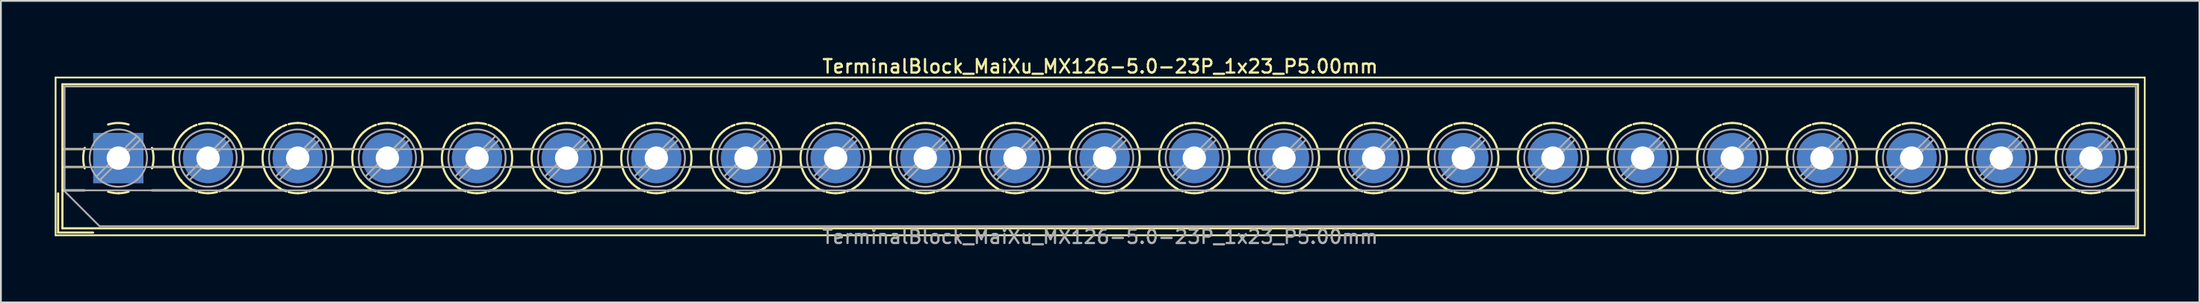
<source format=kicad_pcb>
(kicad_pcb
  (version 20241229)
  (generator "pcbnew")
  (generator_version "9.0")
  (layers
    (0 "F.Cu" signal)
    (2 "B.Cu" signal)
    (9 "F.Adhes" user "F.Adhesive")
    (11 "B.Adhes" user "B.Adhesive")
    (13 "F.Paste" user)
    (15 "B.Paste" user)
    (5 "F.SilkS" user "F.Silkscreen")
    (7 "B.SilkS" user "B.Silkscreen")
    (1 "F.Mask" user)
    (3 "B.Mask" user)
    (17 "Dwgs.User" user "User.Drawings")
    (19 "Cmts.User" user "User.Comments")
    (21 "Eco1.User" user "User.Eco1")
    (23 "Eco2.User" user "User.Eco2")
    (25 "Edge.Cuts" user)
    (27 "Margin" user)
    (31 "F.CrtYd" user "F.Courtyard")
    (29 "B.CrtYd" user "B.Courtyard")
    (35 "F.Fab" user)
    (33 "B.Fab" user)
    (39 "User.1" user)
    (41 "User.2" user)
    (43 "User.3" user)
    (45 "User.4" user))
  (footprint "TerminalBlock_MaiXu_MX126-5.0-23P_1x23_P5.00mm"
    (layer "F.Cu")
    (at 3.55 5.778)
    (property "Reference" "TerminalBlock_MaiXu_MX126-5.0-23P_1x23_P5.00mm" (at 54.75 -5.12 0) (layer "F.SilkS") (effects (font (size 0.75 0.75) (thickness 0.125))))
    (attr through_hole)
    (fp_line (start -3.5 -4.5) (end -3.5 4.31) (stroke (width 0.1) (type solid)) (layer "F.SilkS"))
    (fp_line (start -3.5 4.31) (end 113 4.31) (stroke (width 0.1) (type solid)) (layer "F.SilkS"))
    (fp_line (start -3.36 1.97) (end -3.36 4.16) (stroke (width 0.12) (type solid)) (layer "F.SilkS"))
    (fp_line (start -3.36 4.16) (end -1.41 4.16) (stroke (width 0.12) (type solid)) (layer "F.SilkS"))
    (fp_line (start -3.12 -4.12) (end -3.12 3.92) (stroke (width 0.12) (type solid)) (layer "F.SilkS"))
    (fp_line (start -3.12 -4.12) (end 112.62 -4.12) (stroke (width 0.12) (type solid)) (layer "F.SilkS"))
    (fp_line (start -3.12 -0.5) (end -1.88 -0.5) (stroke (width 0.12) (type solid)) (layer "F.SilkS"))
    (fp_line (start -3.12 0.5) (end -1.88 0.5) (stroke (width 0.12) (type solid)) (layer "F.SilkS"))
    (fp_line (start -3.12 1.8) (end -1.88 1.8) (stroke (width 0.12) (type solid)) (layer "F.SilkS"))
    (fp_line (start -3.12 3.92) (end 112.62 3.92) (stroke (width 0.12) (type solid)) (layer "F.SilkS"))
    (fp_line (start 1.88 -0.5) (end 3.165 -0.5) (stroke (width 0.12) (type solid)) (layer "F.SilkS"))
    (fp_line (start 1.88 0.5) (end 3.165 0.5) (stroke (width 0.12) (type solid)) (layer "F.SilkS"))
    (fp_line (start 1.88 1.8) (end 4.331 1.8) (stroke (width 0.12) (type solid)) (layer "F.SilkS"))
    (fp_line (start 3.514 1.248) (end 3.514 1.248) (stroke (width 0.12) (type solid)) (layer "F.SilkS"))
    (fp_line (start 5.67 1.8) (end 9.331 1.8) (stroke (width 0.12) (type solid)) (layer "F.SilkS"))
    (fp_line (start 6.487 -1.248) (end 6.487 -1.248) (stroke (width 0.12) (type solid)) (layer "F.SilkS"))
    (fp_line (start 6.836 -0.5) (end 8.165 -0.5) (stroke (width 0.12) (type solid)) (layer "F.SilkS"))
    (fp_line (start 6.836 0.5) (end 8.165 0.5) (stroke (width 0.12) (type solid)) (layer "F.SilkS"))
    (fp_line (start 8.514 1.248) (end 8.514 1.248) (stroke (width 0.12) (type solid)) (layer "F.SilkS"))
    (fp_line (start 10.67 1.8) (end 14.331 1.8) (stroke (width 0.12) (type solid)) (layer "F.SilkS"))
    (fp_line (start 11.487 -1.248) (end 11.487 -1.248) (stroke (width 0.12) (type solid)) (layer "F.SilkS"))
    (fp_line (start 11.836 -0.5) (end 13.165 -0.5) (stroke (width 0.12) (type solid)) (layer "F.SilkS"))
    (fp_line (start 11.836 0.5) (end 13.165 0.5) (stroke (width 0.12) (type solid)) (layer "F.SilkS"))
    (fp_line (start 13.514 1.248) (end 13.514 1.248) (stroke (width 0.12) (type solid)) (layer "F.SilkS"))
    (fp_line (start 15.67 1.8) (end 19.331 1.8) (stroke (width 0.12) (type solid)) (layer "F.SilkS"))
    (fp_line (start 16.487 -1.248) (end 16.487 -1.248) (stroke (width 0.12) (type solid)) (layer "F.SilkS"))
    (fp_line (start 16.836 -0.5) (end 18.165 -0.5) (stroke (width 0.12) (type solid)) (layer "F.SilkS"))
    (fp_line (start 16.836 0.5) (end 18.165 0.5) (stroke (width 0.12) (type solid)) (layer "F.SilkS"))
    (fp_line (start 18.514 1.248) (end 18.514 1.248) (stroke (width 0.12) (type solid)) (layer "F.SilkS"))
    (fp_line (start 20.67 1.8) (end 24.331 1.8) (stroke (width 0.12) (type solid)) (layer "F.SilkS"))
    (fp_line (start 21.487 -1.248) (end 21.487 -1.248) (stroke (width 0.12) (type solid)) (layer "F.SilkS"))
    (fp_line (start 21.836 -0.5) (end 23.165 -0.5) (stroke (width 0.12) (type solid)) (layer "F.SilkS"))
    (fp_line (start 21.836 0.5) (end 23.165 0.5) (stroke (width 0.12) (type solid)) (layer "F.SilkS"))
    (fp_line (start 23.514 1.248) (end 23.514 1.248) (stroke (width 0.12) (type solid)) (layer "F.SilkS"))
    (fp_line (start 25.67 1.8) (end 29.331 1.8) (stroke (width 0.12) (type solid)) (layer "F.SilkS"))
    (fp_line (start 26.487 -1.248) (end 26.487 -1.248) (stroke (width 0.12) (type solid)) (layer "F.SilkS"))
    (fp_line (start 26.836 -0.5) (end 28.165 -0.5) (stroke (width 0.12) (type solid)) (layer "F.SilkS"))
    (fp_line (start 26.836 0.5) (end 28.165 0.5) (stroke (width 0.12) (type solid)) (layer "F.SilkS"))
    (fp_line (start 28.514 1.248) (end 28.514 1.248) (stroke (width 0.12) (type solid)) (layer "F.SilkS"))
    (fp_line (start 30.67 1.8) (end 34.331 1.8) (stroke (width 0.12) (type solid)) (layer "F.SilkS"))
    (fp_line (start 31.487 -1.248) (end 31.487 -1.248) (stroke (width 0.12) (type solid)) (layer "F.SilkS"))
    (fp_line (start 31.836 -0.5) (end 33.165 -0.5) (stroke (width 0.12) (type solid)) (layer "F.SilkS"))
    (fp_line (start 31.836 0.5) (end 33.165 0.5) (stroke (width 0.12) (type solid)) (layer "F.SilkS"))
    (fp_line (start 33.514 1.248) (end 33.514 1.248) (stroke (width 0.12) (type solid)) (layer "F.SilkS"))
    (fp_line (start 35.67 1.8) (end 39.331 1.8) (stroke (width 0.12) (type solid)) (layer "F.SilkS"))
    (fp_line (start 36.487 -1.248) (end 36.487 -1.248) (stroke (width 0.12) (type solid)) (layer "F.SilkS"))
    (fp_line (start 36.836 -0.5) (end 38.165 -0.5) (stroke (width 0.12) (type solid)) (layer "F.SilkS"))
    (fp_line (start 36.836 0.5) (end 38.165 0.5) (stroke (width 0.12) (type solid)) (layer "F.SilkS"))
    (fp_line (start 38.514 1.248) (end 38.514 1.248) (stroke (width 0.12) (type solid)) (layer "F.SilkS"))
    (fp_line (start 40.67 1.8) (end 44.331 1.8) (stroke (width 0.12) (type solid)) (layer "F.SilkS"))
    (fp_line (start 41.487 -1.248) (end 41.487 -1.248) (stroke (width 0.12) (type solid)) (layer "F.SilkS"))
    (fp_line (start 41.836 -0.5) (end 43.165 -0.5) (stroke (width 0.12) (type solid)) (layer "F.SilkS"))
    (fp_line (start 41.836 0.5) (end 43.165 0.5) (stroke (width 0.12) (type solid)) (layer "F.SilkS"))
    (fp_line (start 43.514 1.248) (end 43.514 1.248) (stroke (width 0.12) (type solid)) (layer "F.SilkS"))
    (fp_line (start 45.67 1.8) (end 49.331 1.8) (stroke (width 0.12) (type solid)) (layer "F.SilkS"))
    (fp_line (start 46.487 -1.248) (end 46.487 -1.248) (stroke (width 0.12) (type solid)) (layer "F.SilkS"))
    (fp_line (start 46.836 -0.5) (end 48.165 -0.5) (stroke (width 0.12) (type solid)) (layer "F.SilkS"))
    (fp_line (start 46.836 0.5) (end 48.165 0.5) (stroke (width 0.12) (type solid)) (layer "F.SilkS"))
    (fp_line (start 48.514 1.248) (end 48.514 1.248) (stroke (width 0.12) (type solid)) (layer "F.SilkS"))
    (fp_line (start 50.67 1.8) (end 54.331 1.8) (stroke (width 0.12) (type solid)) (layer "F.SilkS"))
    (fp_line (start 51.487 -1.248) (end 51.487 -1.248) (stroke (width 0.12) (type solid)) (layer "F.SilkS"))
    (fp_line (start 51.836 -0.5) (end 53.165 -0.5) (stroke (width 0.12) (type solid)) (layer "F.SilkS"))
    (fp_line (start 51.836 0.5) (end 53.165 0.5) (stroke (width 0.12) (type solid)) (layer "F.SilkS"))
    (fp_line (start 53.514 1.248) (end 53.514 1.248) (stroke (width 0.12) (type solid)) (layer "F.SilkS"))
    (fp_line (start 55.67 1.8) (end 59.331 1.8) (stroke (width 0.12) (type solid)) (layer "F.SilkS"))
    (fp_line (start 56.487 -1.248) (end 56.487 -1.248) (stroke (width 0.12) (type solid)) (layer "F.SilkS"))
    (fp_line (start 56.836 -0.5) (end 58.165 -0.5) (stroke (width 0.12) (type solid)) (layer "F.SilkS"))
    (fp_line (start 56.836 0.5) (end 58.165 0.5) (stroke (width 0.12) (type solid)) (layer "F.SilkS"))
    (fp_line (start 58.514 1.248) (end 58.514 1.248) (stroke (width 0.12) (type solid)) (layer "F.SilkS"))
    (fp_line (start 60.67 1.8) (end 64.331 1.8) (stroke (width 0.12) (type solid)) (layer "F.SilkS"))
    (fp_line (start 61.487 -1.248) (end 61.487 -1.248) (stroke (width 0.12) (type solid)) (layer "F.SilkS"))
    (fp_line (start 61.836 -0.5) (end 63.165 -0.5) (stroke (width 0.12) (type solid)) (layer "F.SilkS"))
    (fp_line (start 61.836 0.5) (end 63.165 0.5) (stroke (width 0.12) (type solid)) (layer "F.SilkS"))
    (fp_line (start 63.514 1.248) (end 63.514 1.248) (stroke (width 0.12) (type solid)) (layer "F.SilkS"))
    (fp_line (start 65.67 1.8) (end 69.331 1.8) (stroke (width 0.12) (type solid)) (layer "F.SilkS"))
    (fp_line (start 66.487 -1.248) (end 66.487 -1.248) (stroke (width 0.12) (type solid)) (layer "F.SilkS"))
    (fp_line (start 66.836 -0.5) (end 68.165 -0.5) (stroke (width 0.12) (type solid)) (layer "F.SilkS"))
    (fp_line (start 66.836 0.5) (end 68.165 0.5) (stroke (width 0.12) (type solid)) (layer "F.SilkS"))
    (fp_line (start 68.514 1.248) (end 68.514 1.248) (stroke (width 0.12) (type solid)) (layer "F.SilkS"))
    (fp_line (start 70.67 1.8) (end 74.331 1.8) (stroke (width 0.12) (type solid)) (layer "F.SilkS"))
    (fp_line (start 71.487 -1.248) (end 71.487 -1.248) (stroke (width 0.12) (type solid)) (layer "F.SilkS"))
    (fp_line (start 71.836 -0.5) (end 73.165 -0.5) (stroke (width 0.12) (type solid)) (layer "F.SilkS"))
    (fp_line (start 71.836 0.5) (end 73.165 0.5) (stroke (width 0.12) (type solid)) (layer "F.SilkS"))
    (fp_line (start 73.514 1.248) (end 73.514 1.248) (stroke (width 0.12) (type solid)) (layer "F.SilkS"))
    (fp_line (start 75.67 1.8) (end 79.331 1.8) (stroke (width 0.12) (type solid)) (layer "F.SilkS"))
    (fp_line (start 76.487 -1.248) (end 76.487 -1.248) (stroke (width 0.12) (type solid)) (layer "F.SilkS"))
    (fp_line (start 76.836 -0.5) (end 78.165 -0.5) (stroke (width 0.12) (type solid)) (layer "F.SilkS"))
    (fp_line (start 76.836 0.5) (end 78.165 0.5) (stroke (width 0.12) (type solid)) (layer "F.SilkS"))
    (fp_line (start 78.514 1.248) (end 78.514 1.248) (stroke (width 0.12) (type solid)) (layer "F.SilkS"))
    (fp_line (start 80.67 1.8) (end 84.331 1.8) (stroke (width 0.12) (type solid)) (layer "F.SilkS"))
    (fp_line (start 81.487 -1.248) (end 81.487 -1.248) (stroke (width 0.12) (type solid)) (layer "F.SilkS"))
    (fp_line (start 81.836 -0.5) (end 83.165 -0.5) (stroke (width 0.12) (type solid)) (layer "F.SilkS"))
    (fp_line (start 81.836 0.5) (end 83.165 0.5) (stroke (width 0.12) (type solid)) (layer "F.SilkS"))
    (fp_line (start 83.514 1.248) (end 83.514 1.248) (stroke (width 0.12) (type solid)) (layer "F.SilkS"))
    (fp_line (start 85.67 1.8) (end 89.331 1.8) (stroke (width 0.12) (type solid)) (layer "F.SilkS"))
    (fp_line (start 86.487 -1.248) (end 86.487 -1.248) (stroke (width 0.12) (type solid)) (layer "F.SilkS"))
    (fp_line (start 86.836 -0.5) (end 88.165 -0.5) (stroke (width 0.12) (type solid)) (layer "F.SilkS"))
    (fp_line (start 86.836 0.5) (end 88.165 0.5) (stroke (width 0.12) (type solid)) (layer "F.SilkS"))
    (fp_line (start 88.514 1.248) (end 88.514 1.248) (stroke (width 0.12) (type solid)) (layer "F.SilkS"))
    (fp_line (start 90.67 1.8) (end 94.331 1.8) (stroke (width 0.12) (type solid)) (layer "F.SilkS"))
    (fp_line (start 91.487 -1.248) (end 91.487 -1.248) (stroke (width 0.12) (type solid)) (layer "F.SilkS"))
    (fp_line (start 91.836 -0.5) (end 93.165 -0.5) (stroke (width 0.12) (type solid)) (layer "F.SilkS"))
    (fp_line (start 91.836 0.5) (end 93.165 0.5) (stroke (width 0.12) (type solid)) (layer "F.SilkS"))
    (fp_line (start 93.514 1.248) (end 93.514 1.248) (stroke (width 0.12) (type solid)) (layer "F.SilkS"))
    (fp_line (start 95.67 1.8) (end 99.331 1.8) (stroke (width 0.12) (type solid)) (layer "F.SilkS"))
    (fp_line (start 96.487 -1.248) (end 96.487 -1.248) (stroke (width 0.12) (type solid)) (layer "F.SilkS"))
    (fp_line (start 96.836 -0.5) (end 98.165 -0.5) (stroke (width 0.12) (type solid)) (layer "F.SilkS"))
    (fp_line (start 96.836 0.5) (end 98.165 0.5) (stroke (width 0.12) (type solid)) (layer "F.SilkS"))
    (fp_line (start 98.514 1.248) (end 98.514 1.248) (stroke (width 0.12) (type solid)) (layer "F.SilkS"))
    (fp_line (start 100.67 1.8) (end 104.331 1.8) (stroke (width 0.12) (type solid)) (layer "F.SilkS"))
    (fp_line (start 101.487 -1.248) (end 101.487 -1.248) (stroke (width 0.12) (type solid)) (layer "F.SilkS"))
    (fp_line (start 101.836 -0.5) (end 103.165 -0.5) (stroke (width 0.12) (type solid)) (layer "F.SilkS"))
    (fp_line (start 101.836 0.5) (end 103.165 0.5) (stroke (width 0.12) (type solid)) (layer "F.SilkS"))
    (fp_line (start 103.514 1.248) (end 103.514 1.248) (stroke (width 0.12) (type solid)) (layer "F.SilkS"))
    (fp_line (start 105.67 1.8) (end 109.331 1.8) (stroke (width 0.12) (type solid)) (layer "F.SilkS"))
    (fp_line (start 106.487 -1.248) (end 106.487 -1.248) (stroke (width 0.12) (type solid)) (layer "F.SilkS"))
    (fp_line (start 106.836 -0.5) (end 108.165 -0.5) (stroke (width 0.12) (type solid)) (layer "F.SilkS"))
    (fp_line (start 106.836 0.5) (end 108.165 0.5) (stroke (width 0.12) (type solid)) (layer "F.SilkS"))
    (fp_line (start 108.514 1.248) (end 108.514 1.248) (stroke (width 0.12) (type solid)) (layer "F.SilkS"))
    (fp_line (start 110.67 1.8) (end 112.62 1.8) (stroke (width 0.12) (type solid)) (layer "F.SilkS"))
    (fp_line (start 111.487 -1.248) (end 111.487 -1.248) (stroke (width 0.12) (type solid)) (layer "F.SilkS"))
    (fp_line (start 111.836 -0.5) (end 112.62 -0.5) (stroke (width 0.12) (type solid)) (layer "F.SilkS"))
    (fp_line (start 111.836 0.5) (end 112.62 0.5) (stroke (width 0.12) (type solid)) (layer "F.SilkS"))
    (fp_line (start 112.62 -4.12) (end 112.62 3.92) (stroke (width 0.12) (type solid)) (layer "F.SilkS"))
    (fp_line (start 113 -4.5) (end -3.5 -4.5) (stroke (width 0.1) (type solid)) (layer "F.SilkS"))
    (fp_line (start 113 4.31) (end 113 -4.5) (stroke (width 0.1) (type solid)) (layer "F.SilkS"))
    (fp_arc (start -1.875422 0.572619) (mid -1.960893 -0.000722) (end -1.875 -0.574) (stroke (width 0.12) (type solid)) (layer "F.SilkS"))
    (fp_arc (start -0.572619 -1.875422) (mid 0.000722 -1.960893) (end 0.574 -1.875) (stroke (width 0.12) (type solid)) (layer "F.SilkS"))
    (fp_arc (start 0.0335 1.960607) (mid -0.273618 1.941709) (end -0.574 1.875) (stroke (width 0.12) (type solid)) (layer "F.SilkS"))
    (fp_arc (start 0.573049 1.874357) (mid 0.289706 1.938471) (end 0 1.96) (stroke (width 0.12) (type solid)) (layer "F.SilkS"))
    (fp_arc (start 1.875422 -0.572619) (mid 1.960893 0.000722) (end 1.875 0.574) (stroke (width 0.12) (type solid)) (layer "F.SilkS"))
    (fp_arc (start 3.434339 1.179122) (mid 3.039994 -0.000549) (end 3.435 -1.18) (stroke (width 0.12) (type solid)) (layer "F.SilkS"))
    (fp_arc (start 3.434826 -1.180695) (mid 3.476985 -1.2346) (end 3.521 -1.287) (stroke (width 0.12) (type solid)) (layer "F.SilkS"))
    (fp_arc (start 3.521125 1.286294) (mid 3.477135 1.233899) (end 3.435 1.18) (stroke (width 0.12) (type solid)) (layer "F.SilkS"))
    (fp_arc (start 3.521202 -1.287012) (mid 3.578748 -1.350291) (end 3.639 -1.411) (stroke (width 0.12) (type solid)) (layer "F.SilkS"))
    (fp_arc (start 3.63871 1.41001) (mid 3.578502 1.349289) (end 3.521 1.286) (stroke (width 0.12) (type solid)) (layer "F.SilkS"))
    (fp_arc (start 3.638867 -1.410738) (mid 3.701698 -1.468767) (end 3.767 -1.524) (stroke (width 0.12) (type solid)) (layer "F.SilkS"))
    (fp_arc (start 3.767069 1.523253) (mid 3.701799 1.468024) (end 3.639 1.41) (stroke (width 0.12) (type solid)) (layer "F.SilkS"))
    (fp_arc (start 3.767452 -1.524377) (mid 3.835117 -1.576689) (end 3.905 -1.626) (stroke (width 0.12) (type solid)) (layer "F.SilkS"))
    (fp_arc (start 3.904517 1.625664) (mid 3.834649 1.576332) (end 3.767 1.524) (stroke (width 0.12) (type solid)) (layer "F.SilkS"))
    (fp_arc (start 3.93363 -1.644317) (mid 4.00637 -1.689266) (end 4.081 -1.731) (stroke (width 0.12) (type solid)) (layer "F.SilkS"))
    (fp_arc (start 4.080344 1.730739) (mid 4.005726 1.688977) (end 3.933 1.644) (stroke (width 0.12) (type solid)) (layer "F.SilkS"))
    (fp_arc (start 4.172694 -1.777259) (mid 4.266842 -1.818121) (end 4.363 -1.854) (stroke (width 0.12) (type solid)) (layer "F.SilkS"))
    (fp_arc (start 4.362283 1.853815) (mid 4.266136 1.817899) (end 4.172 1.777) (stroke (width 0.12) (type solid)) (layer "F.SilkS"))
    (fp_arc (start 4.493681 -1.893473) (mid 4.74516 -1.943362) (end 5.001 -1.96) (stroke (width 0.12) (type solid)) (layer "F.SilkS"))
    (fp_arc (start 5.000479 1.960685) (mid 4.744554 1.943973) (end 4.493 1.894) (stroke (width 0.12) (type solid)) (layer "F.SilkS"))
    (fp_arc (start 5.000487 -1.960944) (mid 5.256437 -1.944104) (end 5.508 -1.894) (stroke (width 0.12) (type solid)) (layer "F.SilkS"))
    (fp_arc (start 5.507285 1.893215) (mid 5.255831 1.943232) (end 5 1.96) (stroke (width 0.12) (type solid)) (layer "F.SilkS"))
    (fp_arc (start 5.638712 -1.85392) (mid 5.734863 -1.817951) (end 5.829 -1.777) (stroke (width 0.12) (type solid)) (layer "F.SilkS"))
    (fp_arc (start 5.829295 1.77705) (mid 5.735155 1.818016) (end 5.639 1.854) (stroke (width 0.12) (type solid)) (layer "F.SilkS"))
    (fp_arc (start 5.920652 -1.730826) (mid 5.995273 -1.689021) (end 6.068 -1.644) (stroke (width 0.12) (type solid)) (layer "F.SilkS"))
    (fp_arc (start 6.068362 1.644143) (mid 5.995629 1.689179) (end 5.921 1.731) (stroke (width 0.12) (type solid)) (layer "F.SilkS"))
    (fp_arc (start 6.096479 -1.625751) (mid 6.16635 -1.576376) (end 6.234 -1.524) (stroke (width 0.12) (type solid)) (layer "F.SilkS"))
    (fp_arc (start 6.233457 1.523294) (mid 6.165838 1.575647) (end 6.096 1.625) (stroke (width 0.12) (type solid)) (layer "F.SilkS"))
    (fp_arc (start 6.233928 -1.523341) (mid 6.2992 -1.468068) (end 6.362 -1.41) (stroke (width 0.12) (type solid)) (layer "F.SilkS"))
    (fp_arc (start 6.36213 1.410651) (mid 6.299301 1.468723) (end 6.234 1.524) (stroke (width 0.12) (type solid)) (layer "F.SilkS"))
    (fp_arc (start 6.362286 -1.410097) (mid 6.422497 -1.349333) (end 6.48 -1.286) (stroke (width 0.12) (type solid)) (layer "F.SilkS"))
    (fp_arc (start 6.479707 1.285928) (mid 6.422207 1.349248) (end 6.362 1.41) (stroke (width 0.12) (type solid)) (layer "F.SilkS"))
    (fp_arc (start 6.479873 -1.286364) (mid 6.523865 -1.233934) (end 6.566 -1.18) (stroke (width 0.12) (type solid)) (layer "F.SilkS"))
    (fp_arc (start 6.565937 -1.180084) (mid 6.960805 -0.000052) (end 6.566 1.18) (stroke (width 0.12) (type solid)) (layer "F.SilkS"))
    (fp_arc (start 6.566102 1.179628) (mid 6.523979 1.233565) (end 6.48 1.286) (stroke (width 0.12) (type solid)) (layer "F.SilkS"))
    (fp_arc (start 8.434339 1.179122) (mid 8.039994 -0.000549) (end 8.435 -1.18) (stroke (width 0.12) (type solid)) (layer "F.SilkS"))
    (fp_arc (start 8.434826 -1.180695) (mid 8.476985 -1.2346) (end 8.521 -1.287) (stroke (width 0.12) (type solid)) (layer "F.SilkS"))
    (fp_arc (start 8.521125 1.286294) (mid 8.477135 1.233899) (end 8.435 1.18) (stroke (width 0.12) (type solid)) (layer "F.SilkS"))
    (fp_arc (start 8.521202 -1.287012) (mid 8.578748 -1.350291) (end 8.639 -1.411) (stroke (width 0.12) (type solid)) (layer "F.SilkS"))
    (fp_arc (start 8.63871 1.41001) (mid 8.578502 1.349289) (end 8.521 1.286) (stroke (width 0.12) (type solid)) (layer "F.SilkS"))
    (fp_arc (start 8.638867 -1.410738) (mid 8.701698 -1.468767) (end 8.767 -1.524) (stroke (width 0.12) (type solid)) (layer "F.SilkS"))
    (fp_arc (start 8.767069 1.523253) (mid 8.701799 1.468024) (end 8.639 1.41) (stroke (width 0.12) (type solid)) (layer "F.SilkS"))
    (fp_arc (start 8.767452 -1.524377) (mid 8.835117 -1.576689) (end 8.905 -1.626) (stroke (width 0.12) (type solid)) (layer "F.SilkS"))
    (fp_arc (start 8.904517 1.625664) (mid 8.834649 1.576332) (end 8.767 1.524) (stroke (width 0.12) (type solid)) (layer "F.SilkS"))
    (fp_arc (start 8.93363 -1.644317) (mid 9.00637 -1.689266) (end 9.081 -1.731) (stroke (width 0.12) (type solid)) (layer "F.SilkS"))
    (fp_arc (start 9.080344 1.730739) (mid 9.005726 1.688977) (end 8.933 1.644) (stroke (width 0.12) (type solid)) (layer "F.SilkS"))
    (fp_arc (start 9.172694 -1.777259) (mid 9.266842 -1.818121) (end 9.363 -1.854) (stroke (width 0.12) (type solid)) (layer "F.SilkS"))
    (fp_arc (start 9.362283 1.853815) (mid 9.266136 1.817899) (end 9.172 1.777) (stroke (width 0.12) (type solid)) (layer "F.SilkS"))
    (fp_arc (start 9.493681 -1.893473) (mid 9.74516 -1.943362) (end 10.001 -1.96) (stroke (width 0.12) (type solid)) (layer "F.SilkS"))
    (fp_arc (start 10.000479 1.960685) (mid 9.744554 1.943973) (end 9.493 1.894) (stroke (width 0.12) (type solid)) (layer "F.SilkS"))
    (fp_arc (start 10.000487 -1.960944) (mid 10.256437 -1.944104) (end 10.508 -1.894) (stroke (width 0.12) (type solid)) (layer "F.SilkS"))
    (fp_arc (start 10.507285 1.893215) (mid 10.255831 1.943232) (end 10 1.96) (stroke (width 0.12) (type solid)) (layer "F.SilkS"))
    (fp_arc (start 10.638712 -1.85392) (mid 10.734863 -1.817951) (end 10.829 -1.777) (stroke (width 0.12) (type solid)) (layer "F.SilkS"))
    (fp_arc (start 10.829295 1.77705) (mid 10.735155 1.818016) (end 10.639 1.854) (stroke (width 0.12) (type solid)) (layer "F.SilkS"))
    (fp_arc (start 10.920652 -1.730826) (mid 10.995273 -1.689021) (end 11.068 -1.644) (stroke (width 0.12) (type solid)) (layer "F.SilkS"))
    (fp_arc (start 11.068362 1.644143) (mid 10.995629 1.689179) (end 10.921 1.731) (stroke (width 0.12) (type solid)) (layer "F.SilkS"))
    (fp_arc (start 11.096479 -1.625751) (mid 11.16635 -1.576376) (end 11.234 -1.524) (stroke (width 0.12) (type solid)) (layer "F.SilkS"))
    (fp_arc (start 11.233457 1.523294) (mid 11.165838 1.575647) (end 11.096 1.625) (stroke (width 0.12) (type solid)) (layer "F.SilkS"))
    (fp_arc (start 11.233928 -1.523341) (mid 11.2992 -1.468068) (end 11.362 -1.41) (stroke (width 0.12) (type solid)) (layer "F.SilkS"))
    (fp_arc (start 11.36213 1.410651) (mid 11.299301 1.468723) (end 11.234 1.524) (stroke (width 0.12) (type solid)) (layer "F.SilkS"))
    (fp_arc (start 11.362286 -1.410097) (mid 11.422497 -1.349333) (end 11.48 -1.286) (stroke (width 0.12) (type solid)) (layer "F.SilkS"))
    (fp_arc (start 11.479707 1.285928) (mid 11.422207 1.349248) (end 11.362 1.41) (stroke (width 0.12) (type solid)) (layer "F.SilkS"))
    (fp_arc (start 11.479873 -1.286364) (mid 11.523865 -1.233934) (end 11.566 -1.18) (stroke (width 0.12) (type solid)) (layer "F.SilkS"))
    (fp_arc (start 11.565937 -1.180084) (mid 11.960805 -0.000052) (end 11.566 1.18) (stroke (width 0.12) (type solid)) (layer "F.SilkS"))
    (fp_arc (start 11.566102 1.179628) (mid 11.523979 1.233565) (end 11.48 1.286) (stroke (width 0.12) (type solid)) (layer "F.SilkS"))
    (fp_arc (start 13.434339 1.179122) (mid 13.039994 -0.000549) (end 13.435 -1.18) (stroke (width 0.12) (type solid)) (layer "F.SilkS"))
    (fp_arc (start 13.434826 -1.180695) (mid 13.476985 -1.2346) (end 13.521 -1.287) (stroke (width 0.12) (type solid)) (layer "F.SilkS"))
    (fp_arc (start 13.521125 1.286294) (mid 13.477135 1.233899) (end 13.435 1.18) (stroke (width 0.12) (type solid)) (layer "F.SilkS"))
    (fp_arc (start 13.521202 -1.287012) (mid 13.578748 -1.350291) (end 13.639 -1.411) (stroke (width 0.12) (type solid)) (layer "F.SilkS"))
    (fp_arc (start 13.63871 1.41001) (mid 13.578502 1.349289) (end 13.521 1.286) (stroke (width 0.12) (type solid)) (layer "F.SilkS"))
    (fp_arc (start 13.638867 -1.410738) (mid 13.701698 -1.468767) (end 13.767 -1.524) (stroke (width 0.12) (type solid)) (layer "F.SilkS"))
    (fp_arc (start 13.767069 1.523253) (mid 13.701799 1.468024) (end 13.639 1.41) (stroke (width 0.12) (type solid)) (layer "F.SilkS"))
    (fp_arc (start 13.767452 -1.524377) (mid 13.835117 -1.576689) (end 13.905 -1.626) (stroke (width 0.12) (type solid)) (layer "F.SilkS"))
    (fp_arc (start 13.904517 1.625664) (mid 13.834649 1.576332) (end 13.767 1.524) (stroke (width 0.12) (type solid)) (layer "F.SilkS"))
    (fp_arc (start 13.93363 -1.644317) (mid 14.00637 -1.689266) (end 14.081 -1.731) (stroke (width 0.12) (type solid)) (layer "F.SilkS"))
    (fp_arc (start 14.080344 1.730739) (mid 14.005726 1.688977) (end 13.933 1.644) (stroke (width 0.12) (type solid)) (layer "F.SilkS"))
    (fp_arc (start 14.172694 -1.777259) (mid 14.266842 -1.818121) (end 14.363 -1.854) (stroke (width 0.12) (type solid)) (layer "F.SilkS"))
    (fp_arc (start 14.362283 1.853815) (mid 14.266136 1.817899) (end 14.172 1.777) (stroke (width 0.12) (type solid)) (layer "F.SilkS"))
    (fp_arc (start 14.493681 -1.893473) (mid 14.74516 -1.943362) (end 15.001 -1.96) (stroke (width 0.12) (type solid)) (layer "F.SilkS"))
    (fp_arc (start 15.000479 1.960685) (mid 14.744554 1.943973) (end 14.493 1.894) (stroke (width 0.12) (type solid)) (layer "F.SilkS"))
    (fp_arc (start 15.000487 -1.960944) (mid 15.256437 -1.944104) (end 15.508 -1.894) (stroke (width 0.12) (type solid)) (layer "F.SilkS"))
    (fp_arc (start 15.507285 1.893215) (mid 15.255831 1.943232) (end 15 1.96) (stroke (width 0.12) (type solid)) (layer "F.SilkS"))
    (fp_arc (start 15.638712 -1.85392) (mid 15.734863 -1.817951) (end 15.829 -1.777) (stroke (width 0.12) (type solid)) (layer "F.SilkS"))
    (fp_arc (start 15.829295 1.77705) (mid 15.735155 1.818016) (end 15.639 1.854) (stroke (width 0.12) (type solid)) (layer "F.SilkS"))
    (fp_arc (start 15.920652 -1.730826) (mid 15.995273 -1.689021) (end 16.068 -1.644) (stroke (width 0.12) (type solid)) (layer "F.SilkS"))
    (fp_arc (start 16.068362 1.644143) (mid 15.995629 1.689179) (end 15.921 1.731) (stroke (width 0.12) (type solid)) (layer "F.SilkS"))
    (fp_arc (start 16.096479 -1.625751) (mid 16.16635 -1.576376) (end 16.234 -1.524) (stroke (width 0.12) (type solid)) (layer "F.SilkS"))
    (fp_arc (start 16.233457 1.523294) (mid 16.165838 1.575647) (end 16.096 1.625) (stroke (width 0.12) (type solid)) (layer "F.SilkS"))
    (fp_arc (start 16.233928 -1.523341) (mid 16.2992 -1.468068) (end 16.362 -1.41) (stroke (width 0.12) (type solid)) (layer "F.SilkS"))
    (fp_arc (start 16.36213 1.410651) (mid 16.299301 1.468723) (end 16.234 1.524) (stroke (width 0.12) (type solid)) (layer "F.SilkS"))
    (fp_arc (start 16.362286 -1.410097) (mid 16.422497 -1.349333) (end 16.48 -1.286) (stroke (width 0.12) (type solid)) (layer "F.SilkS"))
    (fp_arc (start 16.479707 1.285928) (mid 16.422207 1.349248) (end 16.362 1.41) (stroke (width 0.12) (type solid)) (layer "F.SilkS"))
    (fp_arc (start 16.479873 -1.286364) (mid 16.523865 -1.233934) (end 16.566 -1.18) (stroke (width 0.12) (type solid)) (layer "F.SilkS"))
    (fp_arc (start 16.565937 -1.180084) (mid 16.960805 -0.000052) (end 16.566 1.18) (stroke (width 0.12) (type solid)) (layer "F.SilkS"))
    (fp_arc (start 16.566102 1.179628) (mid 16.523979 1.233565) (end 16.48 1.286) (stroke (width 0.12) (type solid)) (layer "F.SilkS"))
    (fp_arc (start 18.434339 1.179122) (mid 18.039994 -0.000549) (end 18.435 -1.18) (stroke (width 0.12) (type solid)) (layer "F.SilkS"))
    (fp_arc (start 18.434826 -1.180695) (mid 18.476985 -1.2346) (end 18.521 -1.287) (stroke (width 0.12) (type solid)) (layer "F.SilkS"))
    (fp_arc (start 18.521125 1.286294) (mid 18.477135 1.233899) (end 18.435 1.18) (stroke (width 0.12) (type solid)) (layer "F.SilkS"))
    (fp_arc (start 18.521202 -1.287012) (mid 18.578748 -1.350291) (end 18.639 -1.411) (stroke (width 0.12) (type solid)) (layer "F.SilkS"))
    (fp_arc (start 18.63871 1.41001) (mid 18.578502 1.349289) (end 18.521 1.286) (stroke (width 0.12) (type solid)) (layer "F.SilkS"))
    (fp_arc (start 18.638867 -1.410738) (mid 18.701698 -1.468767) (end 18.767 -1.524) (stroke (width 0.12) (type solid)) (layer "F.SilkS"))
    (fp_arc (start 18.767069 1.523253) (mid 18.701799 1.468024) (end 18.639 1.41) (stroke (width 0.12) (type solid)) (layer "F.SilkS"))
    (fp_arc (start 18.767452 -1.524377) (mid 18.835117 -1.576689) (end 18.905 -1.626) (stroke (width 0.12) (type solid)) (layer "F.SilkS"))
    (fp_arc (start 18.904517 1.625664) (mid 18.834649 1.576332) (end 18.767 1.524) (stroke (width 0.12) (type solid)) (layer "F.SilkS"))
    (fp_arc (start 18.93363 -1.644317) (mid 19.00637 -1.689266) (end 19.081 -1.731) (stroke (width 0.12) (type solid)) (layer "F.SilkS"))
    (fp_arc (start 19.080344 1.730739) (mid 19.005726 1.688977) (end 18.933 1.644) (stroke (width 0.12) (type solid)) (layer "F.SilkS"))
    (fp_arc (start 19.172694 -1.777259) (mid 19.266842 -1.818121) (end 19.363 -1.854) (stroke (width 0.12) (type solid)) (layer "F.SilkS"))
    (fp_arc (start 19.362283 1.853815) (mid 19.266136 1.817899) (end 19.172 1.777) (stroke (width 0.12) (type solid)) (layer "F.SilkS"))
    (fp_arc (start 19.493681 -1.893473) (mid 19.74516 -1.943362) (end 20.001 -1.96) (stroke (width 0.12) (type solid)) (layer "F.SilkS"))
    (fp_arc (start 20.000479 1.960685) (mid 19.744554 1.943973) (end 19.493 1.894) (stroke (width 0.12) (type solid)) (layer "F.SilkS"))
    (fp_arc (start 20.000487 -1.960944) (mid 20.256437 -1.944104) (end 20.508 -1.894) (stroke (width 0.12) (type solid)) (layer "F.SilkS"))
    (fp_arc (start 20.507285 1.893215) (mid 20.255831 1.943232) (end 20 1.96) (stroke (width 0.12) (type solid)) (layer "F.SilkS"))
    (fp_arc (start 20.638712 -1.85392) (mid 20.734863 -1.817951) (end 20.829 -1.777) (stroke (width 0.12) (type solid)) (layer "F.SilkS"))
    (fp_arc (start 20.829295 1.77705) (mid 20.735155 1.818016) (end 20.639 1.854) (stroke (width 0.12) (type solid)) (layer "F.SilkS"))
    (fp_arc (start 20.920652 -1.730826) (mid 20.995273 -1.689021) (end 21.068 -1.644) (stroke (width 0.12) (type solid)) (layer "F.SilkS"))
    (fp_arc (start 21.068362 1.644143) (mid 20.995629 1.689179) (end 20.921 1.731) (stroke (width 0.12) (type solid)) (layer "F.SilkS"))
    (fp_arc (start 21.096479 -1.625751) (mid 21.16635 -1.576376) (end 21.234 -1.524) (stroke (width 0.12) (type solid)) (layer "F.SilkS"))
    (fp_arc (start 21.233457 1.523294) (mid 21.165838 1.575647) (end 21.096 1.625) (stroke (width 0.12) (type solid)) (layer "F.SilkS"))
    (fp_arc (start 21.233928 -1.523341) (mid 21.2992 -1.468068) (end 21.362 -1.41) (stroke (width 0.12) (type solid)) (layer "F.SilkS"))
    (fp_arc (start 21.36213 1.410651) (mid 21.299301 1.468723) (end 21.234 1.524) (stroke (width 0.12) (type solid)) (layer "F.SilkS"))
    (fp_arc (start 21.362286 -1.410097) (mid 21.422497 -1.349333) (end 21.48 -1.286) (stroke (width 0.12) (type solid)) (layer "F.SilkS"))
    (fp_arc (start 21.479707 1.285928) (mid 21.422207 1.349248) (end 21.362 1.41) (stroke (width 0.12) (type solid)) (layer "F.SilkS"))
    (fp_arc (start 21.479873 -1.286364) (mid 21.523865 -1.233934) (end 21.566 -1.18) (stroke (width 0.12) (type solid)) (layer "F.SilkS"))
    (fp_arc (start 21.565937 -1.180084) (mid 21.960805 -0.000052) (end 21.566 1.18) (stroke (width 0.12) (type solid)) (layer "F.SilkS"))
    (fp_arc (start 21.566102 1.179628) (mid 21.523979 1.233565) (end 21.48 1.286) (stroke (width 0.12) (type solid)) (layer "F.SilkS"))
    (fp_arc (start 23.434339 1.179122) (mid 23.039994 -0.000549) (end 23.435 -1.18) (stroke (width 0.12) (type solid)) (layer "F.SilkS"))
    (fp_arc (start 23.434826 -1.180695) (mid 23.476985 -1.2346) (end 23.521 -1.287) (stroke (width 0.12) (type solid)) (layer "F.SilkS"))
    (fp_arc (start 23.521125 1.286294) (mid 23.477135 1.233899) (end 23.435 1.18) (stroke (width 0.12) (type solid)) (layer "F.SilkS"))
    (fp_arc (start 23.521202 -1.287012) (mid 23.578748 -1.350291) (end 23.639 -1.411) (stroke (width 0.12) (type solid)) (layer "F.SilkS"))
    (fp_arc (start 23.63871 1.41001) (mid 23.578502 1.349289) (end 23.521 1.286) (stroke (width 0.12) (type solid)) (layer "F.SilkS"))
    (fp_arc (start 23.638867 -1.410738) (mid 23.701698 -1.468767) (end 23.767 -1.524) (stroke (width 0.12) (type solid)) (layer "F.SilkS"))
    (fp_arc (start 23.767069 1.523253) (mid 23.701799 1.468024) (end 23.639 1.41) (stroke (width 0.12) (type solid)) (layer "F.SilkS"))
    (fp_arc (start 23.767452 -1.524377) (mid 23.835117 -1.576689) (end 23.905 -1.626) (stroke (width 0.12) (type solid)) (layer "F.SilkS"))
    (fp_arc (start 23.904517 1.625664) (mid 23.834649 1.576332) (end 23.767 1.524) (stroke (width 0.12) (type solid)) (layer "F.SilkS"))
    (fp_arc (start 23.93363 -1.644317) (mid 24.00637 -1.689266) (end 24.081 -1.731) (stroke (width 0.12) (type solid)) (layer "F.SilkS"))
    (fp_arc (start 24.080344 1.730739) (mid 24.005726 1.688977) (end 23.933 1.644) (stroke (width 0.12) (type solid)) (layer "F.SilkS"))
    (fp_arc (start 24.172694 -1.777259) (mid 24.266842 -1.818121) (end 24.363 -1.854) (stroke (width 0.12) (type solid)) (layer "F.SilkS"))
    (fp_arc (start 24.362283 1.853815) (mid 24.266136 1.817899) (end 24.172 1.777) (stroke (width 0.12) (type solid)) (layer "F.SilkS"))
    (fp_arc (start 24.493681 -1.893473) (mid 24.74516 -1.943362) (end 25.001 -1.96) (stroke (width 0.12) (type solid)) (layer "F.SilkS"))
    (fp_arc (start 25.000479 1.960685) (mid 24.744554 1.943973) (end 24.493 1.894) (stroke (width 0.12) (type solid)) (layer "F.SilkS"))
    (fp_arc (start 25.000487 -1.960944) (mid 25.256437 -1.944104) (end 25.508 -1.894) (stroke (width 0.12) (type solid)) (layer "F.SilkS"))
    (fp_arc (start 25.507285 1.893215) (mid 25.255831 1.943232) (end 25 1.96) (stroke (width 0.12) (type solid)) (layer "F.SilkS"))
    (fp_arc (start 25.638712 -1.85392) (mid 25.734863 -1.817951) (end 25.829 -1.777) (stroke (width 0.12) (type solid)) (layer "F.SilkS"))
    (fp_arc (start 25.829295 1.77705) (mid 25.735155 1.818016) (end 25.639 1.854) (stroke (width 0.12) (type solid)) (layer "F.SilkS"))
    (fp_arc (start 25.920652 -1.730826) (mid 25.995273 -1.689021) (end 26.068 -1.644) (stroke (width 0.12) (type solid)) (layer "F.SilkS"))
    (fp_arc (start 26.068362 1.644143) (mid 25.995629 1.689179) (end 25.921 1.731) (stroke (width 0.12) (type solid)) (layer "F.SilkS"))
    (fp_arc (start 26.096479 -1.625751) (mid 26.16635 -1.576376) (end 26.234 -1.524) (stroke (width 0.12) (type solid)) (layer "F.SilkS"))
    (fp_arc (start 26.233457 1.523294) (mid 26.165838 1.575647) (end 26.096 1.625) (stroke (width 0.12) (type solid)) (layer "F.SilkS"))
    (fp_arc (start 26.233928 -1.523341) (mid 26.2992 -1.468068) (end 26.362 -1.41) (stroke (width 0.12) (type solid)) (layer "F.SilkS"))
    (fp_arc (start 26.36213 1.410651) (mid 26.299301 1.468723) (end 26.234 1.524) (stroke (width 0.12) (type solid)) (layer "F.SilkS"))
    (fp_arc (start 26.362286 -1.410097) (mid 26.422497 -1.349333) (end 26.48 -1.286) (stroke (width 0.12) (type solid)) (layer "F.SilkS"))
    (fp_arc (start 26.479707 1.285928) (mid 26.422207 1.349248) (end 26.362 1.41) (stroke (width 0.12) (type solid)) (layer "F.SilkS"))
    (fp_arc (start 26.479873 -1.286364) (mid 26.523865 -1.233934) (end 26.566 -1.18) (stroke (width 0.12) (type solid)) (layer "F.SilkS"))
    (fp_arc (start 26.565937 -1.180084) (mid 26.960805 -0.000052) (end 26.566 1.18) (stroke (width 0.12) (type solid)) (layer "F.SilkS"))
    (fp_arc (start 26.566102 1.179628) (mid 26.523979 1.233565) (end 26.48 1.286) (stroke (width 0.12) (type solid)) (layer "F.SilkS"))
    (fp_arc (start 28.434339 1.179122) (mid 28.039994 -0.000549) (end 28.435 -1.18) (stroke (width 0.12) (type solid)) (layer "F.SilkS"))
    (fp_arc (start 28.434826 -1.180695) (mid 28.476985 -1.2346) (end 28.521 -1.287) (stroke (width 0.12) (type solid)) (layer "F.SilkS"))
    (fp_arc (start 28.521125 1.286294) (mid 28.477135 1.233899) (end 28.435 1.18) (stroke (width 0.12) (type solid)) (layer "F.SilkS"))
    (fp_arc (start 28.521202 -1.287012) (mid 28.578748 -1.350291) (end 28.639 -1.411) (stroke (width 0.12) (type solid)) (layer "F.SilkS"))
    (fp_arc (start 28.63871 1.41001) (mid 28.578502 1.349289) (end 28.521 1.286) (stroke (width 0.12) (type solid)) (layer "F.SilkS"))
    (fp_arc (start 28.638867 -1.410738) (mid 28.701698 -1.468767) (end 28.767 -1.524) (stroke (width 0.12) (type solid)) (layer "F.SilkS"))
    (fp_arc (start 28.767069 1.523253) (mid 28.701799 1.468024) (end 28.639 1.41) (stroke (width 0.12) (type solid)) (layer "F.SilkS"))
    (fp_arc (start 28.767452 -1.524377) (mid 28.835117 -1.576689) (end 28.905 -1.626) (stroke (width 0.12) (type solid)) (layer "F.SilkS"))
    (fp_arc (start 28.904517 1.625664) (mid 28.834649 1.576332) (end 28.767 1.524) (stroke (width 0.12) (type solid)) (layer "F.SilkS"))
    (fp_arc (start 28.93363 -1.644317) (mid 29.00637 -1.689266) (end 29.081 -1.731) (stroke (width 0.12) (type solid)) (layer "F.SilkS"))
    (fp_arc (start 29.080344 1.730739) (mid 29.005726 1.688977) (end 28.933 1.644) (stroke (width 0.12) (type solid)) (layer "F.SilkS"))
    (fp_arc (start 29.172694 -1.777259) (mid 29.266842 -1.818121) (end 29.363 -1.854) (stroke (width 0.12) (type solid)) (layer "F.SilkS"))
    (fp_arc (start 29.362283 1.853815) (mid 29.266136 1.817899) (end 29.172 1.777) (stroke (width 0.12) (type solid)) (layer "F.SilkS"))
    (fp_arc (start 29.493681 -1.893473) (mid 29.74516 -1.943362) (end 30.001 -1.96) (stroke (width 0.12) (type solid)) (layer "F.SilkS"))
    (fp_arc (start 30.000479 1.960685) (mid 29.744554 1.943973) (end 29.493 1.894) (stroke (width 0.12) (type solid)) (layer "F.SilkS"))
    (fp_arc (start 30.000487 -1.960944) (mid 30.256437 -1.944104) (end 30.508 -1.894) (stroke (width 0.12) (type solid)) (layer "F.SilkS"))
    (fp_arc (start 30.507285 1.893215) (mid 30.255831 1.943232) (end 30 1.96) (stroke (width 0.12) (type solid)) (layer "F.SilkS"))
    (fp_arc (start 30.638712 -1.85392) (mid 30.734863 -1.817951) (end 30.829 -1.777) (stroke (width 0.12) (type solid)) (layer "F.SilkS"))
    (fp_arc (start 30.829295 1.77705) (mid 30.735155 1.818016) (end 30.639 1.854) (stroke (width 0.12) (type solid)) (layer "F.SilkS"))
    (fp_arc (start 30.920652 -1.730826) (mid 30.995273 -1.689021) (end 31.068 -1.644) (stroke (width 0.12) (type solid)) (layer "F.SilkS"))
    (fp_arc (start 31.068362 1.644143) (mid 30.995629 1.689179) (end 30.921 1.731) (stroke (width 0.12) (type solid)) (layer "F.SilkS"))
    (fp_arc (start 31.096479 -1.625751) (mid 31.16635 -1.576376) (end 31.234 -1.524) (stroke (width 0.12) (type solid)) (layer "F.SilkS"))
    (fp_arc (start 31.233457 1.523294) (mid 31.165838 1.575647) (end 31.096 1.625) (stroke (width 0.12) (type solid)) (layer "F.SilkS"))
    (fp_arc (start 31.233928 -1.523341) (mid 31.2992 -1.468068) (end 31.362 -1.41) (stroke (width 0.12) (type solid)) (layer "F.SilkS"))
    (fp_arc (start 31.36213 1.410651) (mid 31.299301 1.468723) (end 31.234 1.524) (stroke (width 0.12) (type solid)) (layer "F.SilkS"))
    (fp_arc (start 31.362286 -1.410097) (mid 31.422497 -1.349333) (end 31.48 -1.286) (stroke (width 0.12) (type solid)) (layer "F.SilkS"))
    (fp_arc (start 31.479707 1.285928) (mid 31.422207 1.349248) (end 31.362 1.41) (stroke (width 0.12) (type solid)) (layer "F.SilkS"))
    (fp_arc (start 31.479873 -1.286364) (mid 31.523865 -1.233934) (end 31.566 -1.18) (stroke (width 0.12) (type solid)) (layer "F.SilkS"))
    (fp_arc (start 31.565937 -1.180084) (mid 31.960805 -0.000052) (end 31.566 1.18) (stroke (width 0.12) (type solid)) (layer "F.SilkS"))
    (fp_arc (start 31.566102 1.179628) (mid 31.523979 1.233565) (end 31.48 1.286) (stroke (width 0.12) (type solid)) (layer "F.SilkS"))
    (fp_arc (start 33.434339 1.179122) (mid 33.039994 -0.000549) (end 33.435 -1.18) (stroke (width 0.12) (type solid)) (layer "F.SilkS"))
    (fp_arc (start 33.434826 -1.180695) (mid 33.476985 -1.2346) (end 33.521 -1.287) (stroke (width 0.12) (type solid)) (layer "F.SilkS"))
    (fp_arc (start 33.521125 1.286294) (mid 33.477135 1.233899) (end 33.435 1.18) (stroke (width 0.12) (type solid)) (layer "F.SilkS"))
    (fp_arc (start 33.521202 -1.287012) (mid 33.578748 -1.350291) (end 33.639 -1.411) (stroke (width 0.12) (type solid)) (layer "F.SilkS"))
    (fp_arc (start 33.63871 1.41001) (mid 33.578502 1.349289) (end 33.521 1.286) (stroke (width 0.12) (type solid)) (layer "F.SilkS"))
    (fp_arc (start 33.638867 -1.410738) (mid 33.701698 -1.468767) (end 33.767 -1.524) (stroke (width 0.12) (type solid)) (layer "F.SilkS"))
    (fp_arc (start 33.767069 1.523253) (mid 33.701799 1.468024) (end 33.639 1.41) (stroke (width 0.12) (type solid)) (layer "F.SilkS"))
    (fp_arc (start 33.767452 -1.524377) (mid 33.835117 -1.576689) (end 33.905 -1.626) (stroke (width 0.12) (type solid)) (layer "F.SilkS"))
    (fp_arc (start 33.904517 1.625664) (mid 33.834649 1.576332) (end 33.767 1.524) (stroke (width 0.12) (type solid)) (layer "F.SilkS"))
    (fp_arc (start 33.93363 -1.644317) (mid 34.00637 -1.689266) (end 34.081 -1.731) (stroke (width 0.12) (type solid)) (layer "F.SilkS"))
    (fp_arc (start 34.080344 1.730739) (mid 34.005726 1.688977) (end 33.933 1.644) (stroke (width 0.12) (type solid)) (layer "F.SilkS"))
    (fp_arc (start 34.172694 -1.777259) (mid 34.266842 -1.818121) (end 34.363 -1.854) (stroke (width 0.12) (type solid)) (layer "F.SilkS"))
    (fp_arc (start 34.362283 1.853815) (mid 34.266136 1.817899) (end 34.172 1.777) (stroke (width 0.12) (type solid)) (layer "F.SilkS"))
    (fp_arc (start 34.493681 -1.893473) (mid 34.74516 -1.943362) (end 35.001 -1.96) (stroke (width 0.12) (type solid)) (layer "F.SilkS"))
    (fp_arc (start 35.000479 1.960685) (mid 34.744554 1.943973) (end 34.493 1.894) (stroke (width 0.12) (type solid)) (layer "F.SilkS"))
    (fp_arc (start 35.000487 -1.960944) (mid 35.256437 -1.944104) (end 35.508 -1.894) (stroke (width 0.12) (type solid)) (layer "F.SilkS"))
    (fp_arc (start 35.507285 1.893215) (mid 35.255831 1.943232) (end 35 1.96) (stroke (width 0.12) (type solid)) (layer "F.SilkS"))
    (fp_arc (start 35.638712 -1.85392) (mid 35.734863 -1.817951) (end 35.829 -1.777) (stroke (width 0.12) (type solid)) (layer "F.SilkS"))
    (fp_arc (start 35.829295 1.77705) (mid 35.735155 1.818016) (end 35.639 1.854) (stroke (width 0.12) (type solid)) (layer "F.SilkS"))
    (fp_arc (start 35.920652 -1.730826) (mid 35.995273 -1.689021) (end 36.068 -1.644) (stroke (width 0.12) (type solid)) (layer "F.SilkS"))
    (fp_arc (start 36.068362 1.644143) (mid 35.995629 1.689179) (end 35.921 1.731) (stroke (width 0.12) (type solid)) (layer "F.SilkS"))
    (fp_arc (start 36.096479 -1.625751) (mid 36.16635 -1.576376) (end 36.234 -1.524) (stroke (width 0.12) (type solid)) (layer "F.SilkS"))
    (fp_arc (start 36.233457 1.523294) (mid 36.165838 1.575647) (end 36.096 1.625) (stroke (width 0.12) (type solid)) (layer "F.SilkS"))
    (fp_arc (start 36.233928 -1.523341) (mid 36.2992 -1.468068) (end 36.362 -1.41) (stroke (width 0.12) (type solid)) (layer "F.SilkS"))
    (fp_arc (start 36.36213 1.410651) (mid 36.299301 1.468723) (end 36.234 1.524) (stroke (width 0.12) (type solid)) (layer "F.SilkS"))
    (fp_arc (start 36.362286 -1.410097) (mid 36.422497 -1.349333) (end 36.48 -1.286) (stroke (width 0.12) (type solid)) (layer "F.SilkS"))
    (fp_arc (start 36.479707 1.285928) (mid 36.422207 1.349248) (end 36.362 1.41) (stroke (width 0.12) (type solid)) (layer "F.SilkS"))
    (fp_arc (start 36.479873 -1.286364) (mid 36.523865 -1.233934) (end 36.566 -1.18) (stroke (width 0.12) (type solid)) (layer "F.SilkS"))
    (fp_arc (start 36.565937 -1.180084) (mid 36.960805 -0.000052) (end 36.566 1.18) (stroke (width 0.12) (type solid)) (layer "F.SilkS"))
    (fp_arc (start 36.566102 1.179628) (mid 36.523979 1.233565) (end 36.48 1.286) (stroke (width 0.12) (type solid)) (layer "F.SilkS"))
    (fp_arc (start 38.434339 1.179122) (mid 38.039994 -0.000549) (end 38.435 -1.18) (stroke (width 0.12) (type solid)) (layer "F.SilkS"))
    (fp_arc (start 38.434826 -1.180695) (mid 38.476985 -1.2346) (end 38.521 -1.287) (stroke (width 0.12) (type solid)) (layer "F.SilkS"))
    (fp_arc (start 38.521125 1.286294) (mid 38.477135 1.233899) (end 38.435 1.18) (stroke (width 0.12) (type solid)) (layer "F.SilkS"))
    (fp_arc (start 38.521202 -1.287012) (mid 38.578748 -1.350291) (end 38.639 -1.411) (stroke (width 0.12) (type solid)) (layer "F.SilkS"))
    (fp_arc (start 38.63871 1.41001) (mid 38.578502 1.349289) (end 38.521 1.286) (stroke (width 0.12) (type solid)) (layer "F.SilkS"))
    (fp_arc (start 38.638867 -1.410738) (mid 38.701698 -1.468767) (end 38.767 -1.524) (stroke (width 0.12) (type solid)) (layer "F.SilkS"))
    (fp_arc (start 38.767069 1.523253) (mid 38.701799 1.468024) (end 38.639 1.41) (stroke (width 0.12) (type solid)) (layer "F.SilkS"))
    (fp_arc (start 38.767452 -1.524377) (mid 38.835117 -1.576689) (end 38.905 -1.626) (stroke (width 0.12) (type solid)) (layer "F.SilkS"))
    (fp_arc (start 38.904517 1.625664) (mid 38.834649 1.576332) (end 38.767 1.524) (stroke (width 0.12) (type solid)) (layer "F.SilkS"))
    (fp_arc (start 38.93363 -1.644317) (mid 39.00637 -1.689266) (end 39.081 -1.731) (stroke (width 0.12) (type solid)) (layer "F.SilkS"))
    (fp_arc (start 39.080344 1.730739) (mid 39.005726 1.688977) (end 38.933 1.644) (stroke (width 0.12) (type solid)) (layer "F.SilkS"))
    (fp_arc (start 39.172694 -1.777259) (mid 39.266842 -1.818121) (end 39.363 -1.854) (stroke (width 0.12) (type solid)) (layer "F.SilkS"))
    (fp_arc (start 39.362283 1.853815) (mid 39.266136 1.817899) (end 39.172 1.777) (stroke (width 0.12) (type solid)) (layer "F.SilkS"))
    (fp_arc (start 39.493681 -1.893473) (mid 39.74516 -1.943362) (end 40.001 -1.96) (stroke (width 0.12) (type solid)) (layer "F.SilkS"))
    (fp_arc (start 40.000479 1.960685) (mid 39.744554 1.943973) (end 39.493 1.894) (stroke (width 0.12) (type solid)) (layer "F.SilkS"))
    (fp_arc (start 40.000487 -1.960944) (mid 40.256437 -1.944104) (end 40.508 -1.894) (stroke (width 0.12) (type solid)) (layer "F.SilkS"))
    (fp_arc (start 40.507285 1.893215) (mid 40.255831 1.943232) (end 40 1.96) (stroke (width 0.12) (type solid)) (layer "F.SilkS"))
    (fp_arc (start 40.638712 -1.85392) (mid 40.734863 -1.817951) (end 40.829 -1.777) (stroke (width 0.12) (type solid)) (layer "F.SilkS"))
    (fp_arc (start 40.829295 1.77705) (mid 40.735155 1.818016) (end 40.639 1.854) (stroke (width 0.12) (type solid)) (layer "F.SilkS"))
    (fp_arc (start 40.920652 -1.730826) (mid 40.995273 -1.689021) (end 41.068 -1.644) (stroke (width 0.12) (type solid)) (layer "F.SilkS"))
    (fp_arc (start 41.068362 1.644143) (mid 40.995629 1.689179) (end 40.921 1.731) (stroke (width 0.12) (type solid)) (layer "F.SilkS"))
    (fp_arc (start 41.096479 -1.625751) (mid 41.16635 -1.576376) (end 41.234 -1.524) (stroke (width 0.12) (type solid)) (layer "F.SilkS"))
    (fp_arc (start 41.233457 1.523294) (mid 41.165838 1.575647) (end 41.096 1.625) (stroke (width 0.12) (type solid)) (layer "F.SilkS"))
    (fp_arc (start 41.233928 -1.523341) (mid 41.2992 -1.468068) (end 41.362 -1.41) (stroke (width 0.12) (type solid)) (layer "F.SilkS"))
    (fp_arc (start 41.36213 1.410651) (mid 41.299301 1.468723) (end 41.234 1.524) (stroke (width 0.12) (type solid)) (layer "F.SilkS"))
    (fp_arc (start 41.362286 -1.410097) (mid 41.422497 -1.349333) (end 41.48 -1.286) (stroke (width 0.12) (type solid)) (layer "F.SilkS"))
    (fp_arc (start 41.479707 1.285928) (mid 41.422207 1.349248) (end 41.362 1.41) (stroke (width 0.12) (type solid)) (layer "F.SilkS"))
    (fp_arc (start 41.479873 -1.286364) (mid 41.523865 -1.233934) (end 41.566 -1.18) (stroke (width 0.12) (type solid)) (layer "F.SilkS"))
    (fp_arc (start 41.565937 -1.180084) (mid 41.960805 -0.000052) (end 41.566 1.18) (stroke (width 0.12) (type solid)) (layer "F.SilkS"))
    (fp_arc (start 41.566102 1.179628) (mid 41.523979 1.233565) (end 41.48 1.286) (stroke (width 0.12) (type solid)) (layer "F.SilkS"))
    (fp_arc (start 43.434339 1.179122) (mid 43.039994 -0.000549) (end 43.435 -1.18) (stroke (width 0.12) (type solid)) (layer "F.SilkS"))
    (fp_arc (start 43.434826 -1.180695) (mid 43.476985 -1.2346) (end 43.521 -1.287) (stroke (width 0.12) (type solid)) (layer "F.SilkS"))
    (fp_arc (start 43.521125 1.286294) (mid 43.477135 1.233899) (end 43.435 1.18) (stroke (width 0.12) (type solid)) (layer "F.SilkS"))
    (fp_arc (start 43.521202 -1.287012) (mid 43.578748 -1.350291) (end 43.639 -1.411) (stroke (width 0.12) (type solid)) (layer "F.SilkS"))
    (fp_arc (start 43.63871 1.41001) (mid 43.578502 1.349289) (end 43.521 1.286) (stroke (width 0.12) (type solid)) (layer "F.SilkS"))
    (fp_arc (start 43.638867 -1.410738) (mid 43.701698 -1.468767) (end 43.767 -1.524) (stroke (width 0.12) (type solid)) (layer "F.SilkS"))
    (fp_arc (start 43.767069 1.523253) (mid 43.701799 1.468024) (end 43.639 1.41) (stroke (width 0.12) (type solid)) (layer "F.SilkS"))
    (fp_arc (start 43.767452 -1.524377) (mid 43.835117 -1.576689) (end 43.905 -1.626) (stroke (width 0.12) (type solid)) (layer "F.SilkS"))
    (fp_arc (start 43.904517 1.625664) (mid 43.834649 1.576332) (end 43.767 1.524) (stroke (width 0.12) (type solid)) (layer "F.SilkS"))
    (fp_arc (start 43.93363 -1.644317) (mid 44.00637 -1.689266) (end 44.081 -1.731) (stroke (width 0.12) (type solid)) (layer "F.SilkS"))
    (fp_arc (start 44.080344 1.730739) (mid 44.005726 1.688977) (end 43.933 1.644) (stroke (width 0.12) (type solid)) (layer "F.SilkS"))
    (fp_arc (start 44.172694 -1.777259) (mid 44.266842 -1.818121) (end 44.363 -1.854) (stroke (width 0.12) (type solid)) (layer "F.SilkS"))
    (fp_arc (start 44.362283 1.853815) (mid 44.266136 1.817899) (end 44.172 1.777) (stroke (width 0.12) (type solid)) (layer "F.SilkS"))
    (fp_arc (start 44.493681 -1.893473) (mid 44.74516 -1.943362) (end 45.001 -1.96) (stroke (width 0.12) (type solid)) (layer "F.SilkS"))
    (fp_arc (start 45.000479 1.960685) (mid 44.744554 1.943973) (end 44.493 1.894) (stroke (width 0.12) (type solid)) (layer "F.SilkS"))
    (fp_arc (start 45.000487 -1.960944) (mid 45.256437 -1.944104) (end 45.508 -1.894) (stroke (width 0.12) (type solid)) (layer "F.SilkS"))
    (fp_arc (start 45.507285 1.893215) (mid 45.255831 1.943232) (end 45 1.96) (stroke (width 0.12) (type solid)) (layer "F.SilkS"))
    (fp_arc (start 45.638712 -1.85392) (mid 45.734863 -1.817951) (end 45.829 -1.777) (stroke (width 0.12) (type solid)) (layer "F.SilkS"))
    (fp_arc (start 45.829295 1.77705) (mid 45.735155 1.818016) (end 45.639 1.854) (stroke (width 0.12) (type solid)) (layer "F.SilkS"))
    (fp_arc (start 45.920652 -1.730826) (mid 45.995273 -1.689021) (end 46.068 -1.644) (stroke (width 0.12) (type solid)) (layer "F.SilkS"))
    (fp_arc (start 46.068362 1.644143) (mid 45.995629 1.689179) (end 45.921 1.731) (stroke (width 0.12) (type solid)) (layer "F.SilkS"))
    (fp_arc (start 46.096479 -1.625751) (mid 46.16635 -1.576376) (end 46.234 -1.524) (stroke (width 0.12) (type solid)) (layer "F.SilkS"))
    (fp_arc (start 46.233457 1.523294) (mid 46.165838 1.575647) (end 46.096 1.625) (stroke (width 0.12) (type solid)) (layer "F.SilkS"))
    (fp_arc (start 46.233928 -1.523341) (mid 46.2992 -1.468068) (end 46.362 -1.41) (stroke (width 0.12) (type solid)) (layer "F.SilkS"))
    (fp_arc (start 46.36213 1.410651) (mid 46.299301 1.468723) (end 46.234 1.524) (stroke (width 0.12) (type solid)) (layer "F.SilkS"))
    (fp_arc (start 46.362286 -1.410097) (mid 46.422497 -1.349333) (end 46.48 -1.286) (stroke (width 0.12) (type solid)) (layer "F.SilkS"))
    (fp_arc (start 46.479707 1.285928) (mid 46.422207 1.349248) (end 46.362 1.41) (stroke (width 0.12) (type solid)) (layer "F.SilkS"))
    (fp_arc (start 46.479873 -1.286364) (mid 46.523865 -1.233934) (end 46.566 -1.18) (stroke (width 0.12) (type solid)) (layer "F.SilkS"))
    (fp_arc (start 46.565937 -1.180084) (mid 46.960805 -0.000052) (end 46.566 1.18) (stroke (width 0.12) (type solid)) (layer "F.SilkS"))
    (fp_arc (start 46.566102 1.179628) (mid 46.523979 1.233565) (end 46.48 1.286) (stroke (width 0.12) (type solid)) (layer "F.SilkS"))
    (fp_arc (start 48.434339 1.179122) (mid 48.039994 -0.000549) (end 48.435 -1.18) (stroke (width 0.12) (type solid)) (layer "F.SilkS"))
    (fp_arc (start 48.434826 -1.180695) (mid 48.476985 -1.2346) (end 48.521 -1.287) (stroke (width 0.12) (type solid)) (layer "F.SilkS"))
    (fp_arc (start 48.521125 1.286294) (mid 48.477135 1.233899) (end 48.435 1.18) (stroke (width 0.12) (type solid)) (layer "F.SilkS"))
    (fp_arc (start 48.521202 -1.287012) (mid 48.578748 -1.350291) (end 48.639 -1.411) (stroke (width 0.12) (type solid)) (layer "F.SilkS"))
    (fp_arc (start 48.63871 1.41001) (mid 48.578502 1.349289) (end 48.521 1.286) (stroke (width 0.12) (type solid)) (layer "F.SilkS"))
    (fp_arc (start 48.638867 -1.410738) (mid 48.701698 -1.468767) (end 48.767 -1.524) (stroke (width 0.12) (type solid)) (layer "F.SilkS"))
    (fp_arc (start 48.767069 1.523253) (mid 48.701799 1.468024) (end 48.639 1.41) (stroke (width 0.12) (type solid)) (layer "F.SilkS"))
    (fp_arc (start 48.767452 -1.524377) (mid 48.835117 -1.576689) (end 48.905 -1.626) (stroke (width 0.12) (type solid)) (layer "F.SilkS"))
    (fp_arc (start 48.904517 1.625664) (mid 48.834649 1.576332) (end 48.767 1.524) (stroke (width 0.12) (type solid)) (layer "F.SilkS"))
    (fp_arc (start 48.93363 -1.644317) (mid 49.00637 -1.689266) (end 49.081 -1.731) (stroke (width 0.12) (type solid)) (layer "F.SilkS"))
    (fp_arc (start 49.080344 1.730739) (mid 49.005726 1.688977) (end 48.933 1.644) (stroke (width 0.12) (type solid)) (layer "F.SilkS"))
    (fp_arc (start 49.172694 -1.777259) (mid 49.266842 -1.818121) (end 49.363 -1.854) (stroke (width 0.12) (type solid)) (layer "F.SilkS"))
    (fp_arc (start 49.362283 1.853815) (mid 49.266136 1.817899) (end 49.172 1.777) (stroke (width 0.12) (type solid)) (layer "F.SilkS"))
    (fp_arc (start 49.493681 -1.893473) (mid 49.74516 -1.943362) (end 50.001 -1.96) (stroke (width 0.12) (type solid)) (layer "F.SilkS"))
    (fp_arc (start 50.000479 1.960685) (mid 49.744554 1.943973) (end 49.493 1.894) (stroke (width 0.12) (type solid)) (layer "F.SilkS"))
    (fp_arc (start 50.000487 -1.960944) (mid 50.256437 -1.944104) (end 50.508 -1.894) (stroke (width 0.12) (type solid)) (layer "F.SilkS"))
    (fp_arc (start 50.507285 1.893215) (mid 50.255831 1.943232) (end 50 1.96) (stroke (width 0.12) (type solid)) (layer "F.SilkS"))
    (fp_arc (start 50.638712 -1.85392) (mid 50.734863 -1.817951) (end 50.829 -1.777) (stroke (width 0.12) (type solid)) (layer "F.SilkS"))
    (fp_arc (start 50.829295 1.77705) (mid 50.735155 1.818016) (end 50.639 1.854) (stroke (width 0.12) (type solid)) (layer "F.SilkS"))
    (fp_arc (start 50.920652 -1.730826) (mid 50.995273 -1.689021) (end 51.068 -1.644) (stroke (width 0.12) (type solid)) (layer "F.SilkS"))
    (fp_arc (start 51.068362 1.644143) (mid 50.995629 1.689179) (end 50.921 1.731) (stroke (width 0.12) (type solid)) (layer "F.SilkS"))
    (fp_arc (start 51.096479 -1.625751) (mid 51.16635 -1.576376) (end 51.234 -1.524) (stroke (width 0.12) (type solid)) (layer "F.SilkS"))
    (fp_arc (start 51.233457 1.523294) (mid 51.165838 1.575647) (end 51.096 1.625) (stroke (width 0.12) (type solid)) (layer "F.SilkS"))
    (fp_arc (start 51.233928 -1.523341) (mid 51.2992 -1.468068) (end 51.362 -1.41) (stroke (width 0.12) (type solid)) (layer "F.SilkS"))
    (fp_arc (start 51.36213 1.410651) (mid 51.299301 1.468723) (end 51.234 1.524) (stroke (width 0.12) (type solid)) (layer "F.SilkS"))
    (fp_arc (start 51.362286 -1.410097) (mid 51.422497 -1.349333) (end 51.48 -1.286) (stroke (width 0.12) (type solid)) (layer "F.SilkS"))
    (fp_arc (start 51.479707 1.285928) (mid 51.422207 1.349248) (end 51.362 1.41) (stroke (width 0.12) (type solid)) (layer "F.SilkS"))
    (fp_arc (start 51.479873 -1.286364) (mid 51.523865 -1.233934) (end 51.566 -1.18) (stroke (width 0.12) (type solid)) (layer "F.SilkS"))
    (fp_arc (start 51.565937 -1.180084) (mid 51.960805 -0.000052) (end 51.566 1.18) (stroke (width 0.12) (type solid)) (layer "F.SilkS"))
    (fp_arc (start 51.566102 1.179628) (mid 51.523979 1.233565) (end 51.48 1.286) (stroke (width 0.12) (type solid)) (layer "F.SilkS"))
    (fp_arc (start 53.434339 1.179122) (mid 53.039994 -0.000549) (end 53.435 -1.18) (stroke (width 0.12) (type solid)) (layer "F.SilkS"))
    (fp_arc (start 53.434826 -1.180695) (mid 53.476985 -1.2346) (end 53.521 -1.287) (stroke (width 0.12) (type solid)) (layer "F.SilkS"))
    (fp_arc (start 53.521125 1.286294) (mid 53.477135 1.233899) (end 53.435 1.18) (stroke (width 0.12) (type solid)) (layer "F.SilkS"))
    (fp_arc (start 53.521202 -1.287012) (mid 53.578748 -1.350291) (end 53.639 -1.411) (stroke (width 0.12) (type solid)) (layer "F.SilkS"))
    (fp_arc (start 53.63871 1.41001) (mid 53.578502 1.349289) (end 53.521 1.286) (stroke (width 0.12) (type solid)) (layer "F.SilkS"))
    (fp_arc (start 53.638867 -1.410738) (mid 53.701698 -1.468767) (end 53.767 -1.524) (stroke (width 0.12) (type solid)) (layer "F.SilkS"))
    (fp_arc (start 53.767069 1.523253) (mid 53.701799 1.468024) (end 53.639 1.41) (stroke (width 0.12) (type solid)) (layer "F.SilkS"))
    (fp_arc (start 53.767452 -1.524377) (mid 53.835117 -1.576689) (end 53.905 -1.626) (stroke (width 0.12) (type solid)) (layer "F.SilkS"))
    (fp_arc (start 53.904517 1.625664) (mid 53.834649 1.576332) (end 53.767 1.524) (stroke (width 0.12) (type solid)) (layer "F.SilkS"))
    (fp_arc (start 53.93363 -1.644317) (mid 54.00637 -1.689266) (end 54.081 -1.731) (stroke (width 0.12) (type solid)) (layer "F.SilkS"))
    (fp_arc (start 54.080344 1.730739) (mid 54.005726 1.688977) (end 53.933 1.644) (stroke (width 0.12) (type solid)) (layer "F.SilkS"))
    (fp_arc (start 54.172694 -1.777259) (mid 54.266842 -1.818121) (end 54.363 -1.854) (stroke (width 0.12) (type solid)) (layer "F.SilkS"))
    (fp_arc (start 54.362283 1.853815) (mid 54.266136 1.817899) (end 54.172 1.777) (stroke (width 0.12) (type solid)) (layer "F.SilkS"))
    (fp_arc (start 54.493681 -1.893473) (mid 54.74516 -1.943362) (end 55.001 -1.96) (stroke (width 0.12) (type solid)) (layer "F.SilkS"))
    (fp_arc (start 55.000479 1.960685) (mid 54.744554 1.943973) (end 54.493 1.894) (stroke (width 0.12) (type solid)) (layer "F.SilkS"))
    (fp_arc (start 55.000487 -1.960944) (mid 55.256437 -1.944104) (end 55.508 -1.894) (stroke (width 0.12) (type solid)) (layer "F.SilkS"))
    (fp_arc (start 55.507285 1.893215) (mid 55.255831 1.943232) (end 55 1.96) (stroke (width 0.12) (type solid)) (layer "F.SilkS"))
    (fp_arc (start 55.638712 -1.85392) (mid 55.734863 -1.817951) (end 55.829 -1.777) (stroke (width 0.12) (type solid)) (layer "F.SilkS"))
    (fp_arc (start 55.829295 1.77705) (mid 55.735155 1.818016) (end 55.639 1.854) (stroke (width 0.12) (type solid)) (layer "F.SilkS"))
    (fp_arc (start 55.920652 -1.730826) (mid 55.995273 -1.689021) (end 56.068 -1.644) (stroke (width 0.12) (type solid)) (layer "F.SilkS"))
    (fp_arc (start 56.068362 1.644143) (mid 55.995629 1.689179) (end 55.921 1.731) (stroke (width 0.12) (type solid)) (layer "F.SilkS"))
    (fp_arc (start 56.096479 -1.625751) (mid 56.16635 -1.576376) (end 56.234 -1.524) (stroke (width 0.12) (type solid)) (layer "F.SilkS"))
    (fp_arc (start 56.233457 1.523294) (mid 56.165838 1.575647) (end 56.096 1.625) (stroke (width 0.12) (type solid)) (layer "F.SilkS"))
    (fp_arc (start 56.233928 -1.523341) (mid 56.2992 -1.468068) (end 56.362 -1.41) (stroke (width 0.12) (type solid)) (layer "F.SilkS"))
    (fp_arc (start 56.36213 1.410651) (mid 56.299301 1.468723) (end 56.234 1.524) (stroke (width 0.12) (type solid)) (layer "F.SilkS"))
    (fp_arc (start 56.362286 -1.410097) (mid 56.422497 -1.349333) (end 56.48 -1.286) (stroke (width 0.12) (type solid)) (layer "F.SilkS"))
    (fp_arc (start 56.479707 1.285928) (mid 56.422207 1.349248) (end 56.362 1.41) (stroke (width 0.12) (type solid)) (layer "F.SilkS"))
    (fp_arc (start 56.479873 -1.286364) (mid 56.523865 -1.233934) (end 56.566 -1.18) (stroke (width 0.12) (type solid)) (layer "F.SilkS"))
    (fp_arc (start 56.565937 -1.180084) (mid 56.960805 -0.000052) (end 56.566 1.18) (stroke (width 0.12) (type solid)) (layer "F.SilkS"))
    (fp_arc (start 56.566102 1.179628) (mid 56.523979 1.233565) (end 56.48 1.286) (stroke (width 0.12) (type solid)) (layer "F.SilkS"))
    (fp_arc (start 58.434339 1.179122) (mid 58.039994 -0.000549) (end 58.435 -1.18) (stroke (width 0.12) (type solid)) (layer "F.SilkS"))
    (fp_arc (start 58.434826 -1.180695) (mid 58.476985 -1.2346) (end 58.521 -1.287) (stroke (width 0.12) (type solid)) (layer "F.SilkS"))
    (fp_arc (start 58.521125 1.286294) (mid 58.477135 1.233899) (end 58.435 1.18) (stroke (width 0.12) (type solid)) (layer "F.SilkS"))
    (fp_arc (start 58.521202 -1.287012) (mid 58.578748 -1.350291) (end 58.639 -1.411) (stroke (width 0.12) (type solid)) (layer "F.SilkS"))
    (fp_arc (start 58.63871 1.41001) (mid 58.578502 1.349289) (end 58.521 1.286) (stroke (width 0.12) (type solid)) (layer "F.SilkS"))
    (fp_arc (start 58.638867 -1.410738) (mid 58.701698 -1.468767) (end 58.767 -1.524) (stroke (width 0.12) (type solid)) (layer "F.SilkS"))
    (fp_arc (start 58.767069 1.523253) (mid 58.701799 1.468024) (end 58.639 1.41) (stroke (width 0.12) (type solid)) (layer "F.SilkS"))
    (fp_arc (start 58.767452 -1.524377) (mid 58.835117 -1.576689) (end 58.905 -1.626) (stroke (width 0.12) (type solid)) (layer "F.SilkS"))
    (fp_arc (start 58.904517 1.625664) (mid 58.834649 1.576332) (end 58.767 1.524) (stroke (width 0.12) (type solid)) (layer "F.SilkS"))
    (fp_arc (start 58.93363 -1.644317) (mid 59.00637 -1.689266) (end 59.081 -1.731) (stroke (width 0.12) (type solid)) (layer "F.SilkS"))
    (fp_arc (start 59.080344 1.730739) (mid 59.005726 1.688977) (end 58.933 1.644) (stroke (width 0.12) (type solid)) (layer "F.SilkS"))
    (fp_arc (start 59.172694 -1.777259) (mid 59.266842 -1.818121) (end 59.363 -1.854) (stroke (width 0.12) (type solid)) (layer "F.SilkS"))
    (fp_arc (start 59.362283 1.853815) (mid 59.266136 1.817899) (end 59.172 1.777) (stroke (width 0.12) (type solid)) (layer "F.SilkS"))
    (fp_arc (start 59.493681 -1.893473) (mid 59.74516 -1.943362) (end 60.001 -1.96) (stroke (width 0.12) (type solid)) (layer "F.SilkS"))
    (fp_arc (start 60.000479 1.960685) (mid 59.744554 1.943973) (end 59.493 1.894) (stroke (width 0.12) (type solid)) (layer "F.SilkS"))
    (fp_arc (start 60.000487 -1.960944) (mid 60.256437 -1.944104) (end 60.508 -1.894) (stroke (width 0.12) (type solid)) (layer "F.SilkS"))
    (fp_arc (start 60.507285 1.893215) (mid 60.255831 1.943232) (end 60 1.96) (stroke (width 0.12) (type solid)) (layer "F.SilkS"))
    (fp_arc (start 60.638712 -1.85392) (mid 60.734863 -1.817951) (end 60.829 -1.777) (stroke (width 0.12) (type solid)) (layer "F.SilkS"))
    (fp_arc (start 60.829295 1.77705) (mid 60.735155 1.818016) (end 60.639 1.854) (stroke (width 0.12) (type solid)) (layer "F.SilkS"))
    (fp_arc (start 60.920652 -1.730826) (mid 60.995273 -1.689021) (end 61.068 -1.644) (stroke (width 0.12) (type solid)) (layer "F.SilkS"))
    (fp_arc (start 61.068362 1.644143) (mid 60.995629 1.689179) (end 60.921 1.731) (stroke (width 0.12) (type solid)) (layer "F.SilkS"))
    (fp_arc (start 61.096479 -1.625751) (mid 61.16635 -1.576376) (end 61.234 -1.524) (stroke (width 0.12) (type solid)) (layer "F.SilkS"))
    (fp_arc (start 61.233457 1.523294) (mid 61.165838 1.575647) (end 61.096 1.625) (stroke (width 0.12) (type solid)) (layer "F.SilkS"))
    (fp_arc (start 61.233928 -1.523341) (mid 61.2992 -1.468068) (end 61.362 -1.41) (stroke (width 0.12) (type solid)) (layer "F.SilkS"))
    (fp_arc (start 61.36213 1.410651) (mid 61.299301 1.468723) (end 61.234 1.524) (stroke (width 0.12) (type solid)) (layer "F.SilkS"))
    (fp_arc (start 61.362286 -1.410097) (mid 61.422497 -1.349333) (end 61.48 -1.286) (stroke (width 0.12) (type solid)) (layer "F.SilkS"))
    (fp_arc (start 61.479707 1.285928) (mid 61.422207 1.349248) (end 61.362 1.41) (stroke (width 0.12) (type solid)) (layer "F.SilkS"))
    (fp_arc (start 61.479873 -1.286364) (mid 61.523865 -1.233934) (end 61.566 -1.18) (stroke (width 0.12) (type solid)) (layer "F.SilkS"))
    (fp_arc (start 61.565937 -1.180084) (mid 61.960805 -0.000052) (end 61.566 1.18) (stroke (width 0.12) (type solid)) (layer "F.SilkS"))
    (fp_arc (start 61.566102 1.179628) (mid 61.523979 1.233565) (end 61.48 1.286) (stroke (width 0.12) (type solid)) (layer "F.SilkS"))
    (fp_arc (start 63.434339 1.179122) (mid 63.039994 -0.000549) (end 63.435 -1.18) (stroke (width 0.12) (type solid)) (layer "F.SilkS"))
    (fp_arc (start 63.434826 -1.180695) (mid 63.476985 -1.2346) (end 63.521 -1.287) (stroke (width 0.12) (type solid)) (layer "F.SilkS"))
    (fp_arc (start 63.521125 1.286294) (mid 63.477135 1.233899) (end 63.435 1.18) (stroke (width 0.12) (type solid)) (layer "F.SilkS"))
    (fp_arc (start 63.521202 -1.287012) (mid 63.578748 -1.350291) (end 63.639 -1.411) (stroke (width 0.12) (type solid)) (layer "F.SilkS"))
    (fp_arc (start 63.63871 1.41001) (mid 63.578502 1.349289) (end 63.521 1.286) (stroke (width 0.12) (type solid)) (layer "F.SilkS"))
    (fp_arc (start 63.638867 -1.410738) (mid 63.701698 -1.468767) (end 63.767 -1.524) (stroke (width 0.12) (type solid)) (layer "F.SilkS"))
    (fp_arc (start 63.767069 1.523253) (mid 63.701799 1.468024) (end 63.639 1.41) (stroke (width 0.12) (type solid)) (layer "F.SilkS"))
    (fp_arc (start 63.767452 -1.524377) (mid 63.835117 -1.576689) (end 63.905 -1.626) (stroke (width 0.12) (type solid)) (layer "F.SilkS"))
    (fp_arc (start 63.904517 1.625664) (mid 63.834649 1.576332) (end 63.767 1.524) (stroke (width 0.12) (type solid)) (layer "F.SilkS"))
    (fp_arc (start 63.93363 -1.644317) (mid 64.00637 -1.689266) (end 64.081 -1.731) (stroke (width 0.12) (type solid)) (layer "F.SilkS"))
    (fp_arc (start 64.080344 1.730739) (mid 64.005726 1.688977) (end 63.933 1.644) (stroke (width 0.12) (type solid)) (layer "F.SilkS"))
    (fp_arc (start 64.172694 -1.777259) (mid 64.266842 -1.818121) (end 64.363 -1.854) (stroke (width 0.12) (type solid)) (layer "F.SilkS"))
    (fp_arc (start 64.362283 1.853815) (mid 64.266136 1.817899) (end 64.172 1.777) (stroke (width 0.12) (type solid)) (layer "F.SilkS"))
    (fp_arc (start 64.493681 -1.893473) (mid 64.74516 -1.943362) (end 65.001 -1.96) (stroke (width 0.12) (type solid)) (layer "F.SilkS"))
    (fp_arc (start 65.000479 1.960685) (mid 64.744554 1.943973) (end 64.493 1.894) (stroke (width 0.12) (type solid)) (layer "F.SilkS"))
    (fp_arc (start 65.000487 -1.960944) (mid 65.256437 -1.944104) (end 65.508 -1.894) (stroke (width 0.12) (type solid)) (layer "F.SilkS"))
    (fp_arc (start 65.507285 1.893215) (mid 65.255831 1.943232) (end 65 1.96) (stroke (width 0.12) (type solid)) (layer "F.SilkS"))
    (fp_arc (start 65.638712 -1.85392) (mid 65.734863 -1.817951) (end 65.829 -1.777) (stroke (width 0.12) (type solid)) (layer "F.SilkS"))
    (fp_arc (start 65.829295 1.77705) (mid 65.735155 1.818016) (end 65.639 1.854) (stroke (width 0.12) (type solid)) (layer "F.SilkS"))
    (fp_arc (start 65.920652 -1.730826) (mid 65.995273 -1.689021) (end 66.068 -1.644) (stroke (width 0.12) (type solid)) (layer "F.SilkS"))
    (fp_arc (start 66.068362 1.644143) (mid 65.995629 1.689179) (end 65.921 1.731) (stroke (width 0.12) (type solid)) (layer "F.SilkS"))
    (fp_arc (start 66.096479 -1.625751) (mid 66.16635 -1.576376) (end 66.234 -1.524) (stroke (width 0.12) (type solid)) (layer "F.SilkS"))
    (fp_arc (start 66.233457 1.523294) (mid 66.165838 1.575647) (end 66.096 1.625) (stroke (width 0.12) (type solid)) (layer "F.SilkS"))
    (fp_arc (start 66.233928 -1.523341) (mid 66.2992 -1.468068) (end 66.362 -1.41) (stroke (width 0.12) (type solid)) (layer "F.SilkS"))
    (fp_arc (start 66.36213 1.410651) (mid 66.299301 1.468723) (end 66.234 1.524) (stroke (width 0.12) (type solid)) (layer "F.SilkS"))
    (fp_arc (start 66.362286 -1.410097) (mid 66.422497 -1.349333) (end 66.48 -1.286) (stroke (width 0.12) (type solid)) (layer "F.SilkS"))
    (fp_arc (start 66.479707 1.285928) (mid 66.422207 1.349248) (end 66.362 1.41) (stroke (width 0.12) (type solid)) (layer "F.SilkS"))
    (fp_arc (start 66.479873 -1.286364) (mid 66.523865 -1.233934) (end 66.566 -1.18) (stroke (width 0.12) (type solid)) (layer "F.SilkS"))
    (fp_arc (start 66.565937 -1.180084) (mid 66.960805 -0.000052) (end 66.566 1.18) (stroke (width 0.12) (type solid)) (layer "F.SilkS"))
    (fp_arc (start 66.566102 1.179628) (mid 66.523979 1.233565) (end 66.48 1.286) (stroke (width 0.12) (type solid)) (layer "F.SilkS"))
    (fp_arc (start 68.434339 1.179122) (mid 68.039994 -0.000549) (end 68.435 -1.18) (stroke (width 0.12) (type solid)) (layer "F.SilkS"))
    (fp_arc (start 68.434826 -1.180695) (mid 68.476985 -1.2346) (end 68.521 -1.287) (stroke (width 0.12) (type solid)) (layer "F.SilkS"))
    (fp_arc (start 68.521125 1.286294) (mid 68.477135 1.233899) (end 68.435 1.18) (stroke (width 0.12) (type solid)) (layer "F.SilkS"))
    (fp_arc (start 68.521202 -1.287012) (mid 68.578748 -1.350291) (end 68.639 -1.411) (stroke (width 0.12) (type solid)) (layer "F.SilkS"))
    (fp_arc (start 68.63871 1.41001) (mid 68.578502 1.349289) (end 68.521 1.286) (stroke (width 0.12) (type solid)) (layer "F.SilkS"))
    (fp_arc (start 68.638867 -1.410738) (mid 68.701698 -1.468767) (end 68.767 -1.524) (stroke (width 0.12) (type solid)) (layer "F.SilkS"))
    (fp_arc (start 68.767069 1.523253) (mid 68.701799 1.468024) (end 68.639 1.41) (stroke (width 0.12) (type solid)) (layer "F.SilkS"))
    (fp_arc (start 68.767452 -1.524377) (mid 68.835117 -1.576689) (end 68.905 -1.626) (stroke (width 0.12) (type solid)) (layer "F.SilkS"))
    (fp_arc (start 68.904517 1.625664) (mid 68.834649 1.576332) (end 68.767 1.524) (stroke (width 0.12) (type solid)) (layer "F.SilkS"))
    (fp_arc (start 68.93363 -1.644317) (mid 69.00637 -1.689266) (end 69.081 -1.731) (stroke (width 0.12) (type solid)) (layer "F.SilkS"))
    (fp_arc (start 69.080344 1.730739) (mid 69.005726 1.688977) (end 68.933 1.644) (stroke (width 0.12) (type solid)) (layer "F.SilkS"))
    (fp_arc (start 69.172694 -1.777259) (mid 69.266842 -1.818121) (end 69.363 -1.854) (stroke (width 0.12) (type solid)) (layer "F.SilkS"))
    (fp_arc (start 69.362283 1.853815) (mid 69.266136 1.817899) (end 69.172 1.777) (stroke (width 0.12) (type solid)) (layer "F.SilkS"))
    (fp_arc (start 69.493681 -1.893473) (mid 69.74516 -1.943362) (end 70.001 -1.96) (stroke (width 0.12) (type solid)) (layer "F.SilkS"))
    (fp_arc (start 70.000479 1.960685) (mid 69.744554 1.943973) (end 69.493 1.894) (stroke (width 0.12) (type solid)) (layer "F.SilkS"))
    (fp_arc (start 70.000487 -1.960944) (mid 70.256437 -1.944104) (end 70.508 -1.894) (stroke (width 0.12) (type solid)) (layer "F.SilkS"))
    (fp_arc (start 70.507285 1.893215) (mid 70.255831 1.943232) (end 70 1.96) (stroke (width 0.12) (type solid)) (layer "F.SilkS"))
    (fp_arc (start 70.638712 -1.85392) (mid 70.734863 -1.817951) (end 70.829 -1.777) (stroke (width 0.12) (type solid)) (layer "F.SilkS"))
    (fp_arc (start 70.829295 1.77705) (mid 70.735155 1.818016) (end 70.639 1.854) (stroke (width 0.12) (type solid)) (layer "F.SilkS"))
    (fp_arc (start 70.920652 -1.730826) (mid 70.995273 -1.689021) (end 71.068 -1.644) (stroke (width 0.12) (type solid)) (layer "F.SilkS"))
    (fp_arc (start 71.068362 1.644143) (mid 70.995629 1.689179) (end 70.921 1.731) (stroke (width 0.12) (type solid)) (layer "F.SilkS"))
    (fp_arc (start 71.096479 -1.625751) (mid 71.16635 -1.576376) (end 71.234 -1.524) (stroke (width 0.12) (type solid)) (layer "F.SilkS"))
    (fp_arc (start 71.233457 1.523294) (mid 71.165838 1.575647) (end 71.096 1.625) (stroke (width 0.12) (type solid)) (layer "F.SilkS"))
    (fp_arc (start 71.233928 -1.523341) (mid 71.2992 -1.468068) (end 71.362 -1.41) (stroke (width 0.12) (type solid)) (layer "F.SilkS"))
    (fp_arc (start 71.36213 1.410651) (mid 71.299301 1.468723) (end 71.234 1.524) (stroke (width 0.12) (type solid)) (layer "F.SilkS"))
    (fp_arc (start 71.362286 -1.410097) (mid 71.422497 -1.349333) (end 71.48 -1.286) (stroke (width 0.12) (type solid)) (layer "F.SilkS"))
    (fp_arc (start 71.479707 1.285928) (mid 71.422207 1.349248) (end 71.362 1.41) (stroke (width 0.12) (type solid)) (layer "F.SilkS"))
    (fp_arc (start 71.479873 -1.286364) (mid 71.523865 -1.233934) (end 71.566 -1.18) (stroke (width 0.12) (type solid)) (layer "F.SilkS"))
    (fp_arc (start 71.565937 -1.180084) (mid 71.960805 -0.000052) (end 71.566 1.18) (stroke (width 0.12) (type solid)) (layer "F.SilkS"))
    (fp_arc (start 71.566102 1.179628) (mid 71.523979 1.233565) (end 71.48 1.286) (stroke (width 0.12) (type solid)) (layer "F.SilkS"))
    (fp_arc (start 73.434339 1.179122) (mid 73.039994 -0.000549) (end 73.435 -1.18) (stroke (width 0.12) (type solid)) (layer "F.SilkS"))
    (fp_arc (start 73.434826 -1.180695) (mid 73.476985 -1.2346) (end 73.521 -1.287) (stroke (width 0.12) (type solid)) (layer "F.SilkS"))
    (fp_arc (start 73.521125 1.286294) (mid 73.477135 1.233899) (end 73.435 1.18) (stroke (width 0.12) (type solid)) (layer "F.SilkS"))
    (fp_arc (start 73.521202 -1.287012) (mid 73.578748 -1.350291) (end 73.639 -1.411) (stroke (width 0.12) (type solid)) (layer "F.SilkS"))
    (fp_arc (start 73.63871 1.41001) (mid 73.578502 1.349289) (end 73.521 1.286) (stroke (width 0.12) (type solid)) (layer "F.SilkS"))
    (fp_arc (start 73.638867 -1.410738) (mid 73.701698 -1.468767) (end 73.767 -1.524) (stroke (width 0.12) (type solid)) (layer "F.SilkS"))
    (fp_arc (start 73.767069 1.523253) (mid 73.701799 1.468024) (end 73.639 1.41) (stroke (width 0.12) (type solid)) (layer "F.SilkS"))
    (fp_arc (start 73.767452 -1.524377) (mid 73.835117 -1.576689) (end 73.905 -1.626) (stroke (width 0.12) (type solid)) (layer "F.SilkS"))
    (fp_arc (start 73.904517 1.625664) (mid 73.834649 1.576332) (end 73.767 1.524) (stroke (width 0.12) (type solid)) (layer "F.SilkS"))
    (fp_arc (start 73.93363 -1.644317) (mid 74.00637 -1.689266) (end 74.081 -1.731) (stroke (width 0.12) (type solid)) (layer "F.SilkS"))
    (fp_arc (start 74.080344 1.730739) (mid 74.005726 1.688977) (end 73.933 1.644) (stroke (width 0.12) (type solid)) (layer "F.SilkS"))
    (fp_arc (start 74.172694 -1.777259) (mid 74.266842 -1.818121) (end 74.363 -1.854) (stroke (width 0.12) (type solid)) (layer "F.SilkS"))
    (fp_arc (start 74.362283 1.853815) (mid 74.266136 1.817899) (end 74.172 1.777) (stroke (width 0.12) (type solid)) (layer "F.SilkS"))
    (fp_arc (start 74.493681 -1.893473) (mid 74.74516 -1.943362) (end 75.001 -1.96) (stroke (width 0.12) (type solid)) (layer "F.SilkS"))
    (fp_arc (start 75.000479 1.960685) (mid 74.744554 1.943973) (end 74.493 1.894) (stroke (width 0.12) (type solid)) (layer "F.SilkS"))
    (fp_arc (start 75.000487 -1.960944) (mid 75.256437 -1.944104) (end 75.508 -1.894) (stroke (width 0.12) (type solid)) (layer "F.SilkS"))
    (fp_arc (start 75.507285 1.893215) (mid 75.255831 1.943232) (end 75 1.96) (stroke (width 0.12) (type solid)) (layer "F.SilkS"))
    (fp_arc (start 75.638712 -1.85392) (mid 75.734863 -1.817951) (end 75.829 -1.777) (stroke (width 0.12) (type solid)) (layer "F.SilkS"))
    (fp_arc (start 75.829295 1.77705) (mid 75.735155 1.818016) (end 75.639 1.854) (stroke (width 0.12) (type solid)) (layer "F.SilkS"))
    (fp_arc (start 75.920652 -1.730826) (mid 75.995273 -1.689021) (end 76.068 -1.644) (stroke (width 0.12) (type solid)) (layer "F.SilkS"))
    (fp_arc (start 76.068362 1.644143) (mid 75.995629 1.689179) (end 75.921 1.731) (stroke (width 0.12) (type solid)) (layer "F.SilkS"))
    (fp_arc (start 76.096479 -1.625751) (mid 76.16635 -1.576376) (end 76.234 -1.524) (stroke (width 0.12) (type solid)) (layer "F.SilkS"))
    (fp_arc (start 76.233457 1.523294) (mid 76.165838 1.575647) (end 76.096 1.625) (stroke (width 0.12) (type solid)) (layer "F.SilkS"))
    (fp_arc (start 76.233928 -1.523341) (mid 76.2992 -1.468068) (end 76.362 -1.41) (stroke (width 0.12) (type solid)) (layer "F.SilkS"))
    (fp_arc (start 76.36213 1.410651) (mid 76.299301 1.468723) (end 76.234 1.524) (stroke (width 0.12) (type solid)) (layer "F.SilkS"))
    (fp_arc (start 76.362286 -1.410097) (mid 76.422497 -1.349333) (end 76.48 -1.286) (stroke (width 0.12) (type solid)) (layer "F.SilkS"))
    (fp_arc (start 76.479707 1.285928) (mid 76.422207 1.349248) (end 76.362 1.41) (stroke (width 0.12) (type solid)) (layer "F.SilkS"))
    (fp_arc (start 76.479873 -1.286364) (mid 76.523865 -1.233934) (end 76.566 -1.18) (stroke (width 0.12) (type solid)) (layer "F.SilkS"))
    (fp_arc (start 76.565937 -1.180084) (mid 76.960805 -0.000052) (end 76.566 1.18) (stroke (width 0.12) (type solid)) (layer "F.SilkS"))
    (fp_arc (start 76.566102 1.179628) (mid 76.523979 1.233565) (end 76.48 1.286) (stroke (width 0.12) (type solid)) (layer "F.SilkS"))
    (fp_arc (start 78.434339 1.179122) (mid 78.039994 -0.000549) (end 78.435 -1.18) (stroke (width 0.12) (type solid)) (layer "F.SilkS"))
    (fp_arc (start 78.434826 -1.180695) (mid 78.476985 -1.2346) (end 78.521 -1.287) (stroke (width 0.12) (type solid)) (layer "F.SilkS"))
    (fp_arc (start 78.521125 1.286294) (mid 78.477135 1.233899) (end 78.435 1.18) (stroke (width 0.12) (type solid)) (layer "F.SilkS"))
    (fp_arc (start 78.521202 -1.287012) (mid 78.578748 -1.350291) (end 78.639 -1.411) (stroke (width 0.12) (type solid)) (layer "F.SilkS"))
    (fp_arc (start 78.63871 1.41001) (mid 78.578502 1.349289) (end 78.521 1.286) (stroke (width 0.12) (type solid)) (layer "F.SilkS"))
    (fp_arc (start 78.638867 -1.410738) (mid 78.701698 -1.468767) (end 78.767 -1.524) (stroke (width 0.12) (type solid)) (layer "F.SilkS"))
    (fp_arc (start 78.767069 1.523253) (mid 78.701799 1.468024) (end 78.639 1.41) (stroke (width 0.12) (type solid)) (layer "F.SilkS"))
    (fp_arc (start 78.767452 -1.524377) (mid 78.835117 -1.576689) (end 78.905 -1.626) (stroke (width 0.12) (type solid)) (layer "F.SilkS"))
    (fp_arc (start 78.904517 1.625664) (mid 78.834649 1.576332) (end 78.767 1.524) (stroke (width 0.12) (type solid)) (layer "F.SilkS"))
    (fp_arc (start 78.93363 -1.644317) (mid 79.00637 -1.689266) (end 79.081 -1.731) (stroke (width 0.12) (type solid)) (layer "F.SilkS"))
    (fp_arc (start 79.080344 1.730739) (mid 79.005726 1.688977) (end 78.933 1.644) (stroke (width 0.12) (type solid)) (layer "F.SilkS"))
    (fp_arc (start 79.172694 -1.777259) (mid 79.266842 -1.818121) (end 79.363 -1.854) (stroke (width 0.12) (type solid)) (layer "F.SilkS"))
    (fp_arc (start 79.362283 1.853815) (mid 79.266136 1.817899) (end 79.172 1.777) (stroke (width 0.12) (type solid)) (layer "F.SilkS"))
    (fp_arc (start 79.493681 -1.893473) (mid 79.74516 -1.943362) (end 80.001 -1.96) (stroke (width 0.12) (type solid)) (layer "F.SilkS"))
    (fp_arc (start 80.000479 1.960685) (mid 79.744554 1.943973) (end 79.493 1.894) (stroke (width 0.12) (type solid)) (layer "F.SilkS"))
    (fp_arc (start 80.000487 -1.960944) (mid 80.256437 -1.944104) (end 80.508 -1.894) (stroke (width 0.12) (type solid)) (layer "F.SilkS"))
    (fp_arc (start 80.507285 1.893215) (mid 80.255831 1.943232) (end 80 1.96) (stroke (width 0.12) (type solid)) (layer "F.SilkS"))
    (fp_arc (start 80.638712 -1.85392) (mid 80.734863 -1.817951) (end 80.829 -1.777) (stroke (width 0.12) (type solid)) (layer "F.SilkS"))
    (fp_arc (start 80.829295 1.77705) (mid 80.735155 1.818016) (end 80.639 1.854) (stroke (width 0.12) (type solid)) (layer "F.SilkS"))
    (fp_arc (start 80.920652 -1.730826) (mid 80.995273 -1.689021) (end 81.068 -1.644) (stroke (width 0.12) (type solid)) (layer "F.SilkS"))
    (fp_arc (start 81.068362 1.644143) (mid 80.995629 1.689179) (end 80.921 1.731) (stroke (width 0.12) (type solid)) (layer "F.SilkS"))
    (fp_arc (start 81.096479 -1.625751) (mid 81.16635 -1.576376) (end 81.234 -1.524) (stroke (width 0.12) (type solid)) (layer "F.SilkS"))
    (fp_arc (start 81.233457 1.523294) (mid 81.165838 1.575647) (end 81.096 1.625) (stroke (width 0.12) (type solid)) (layer "F.SilkS"))
    (fp_arc (start 81.233928 -1.523341) (mid 81.2992 -1.468068) (end 81.362 -1.41) (stroke (width 0.12) (type solid)) (layer "F.SilkS"))
    (fp_arc (start 81.36213 1.410651) (mid 81.299301 1.468723) (end 81.234 1.524) (stroke (width 0.12) (type solid)) (layer "F.SilkS"))
    (fp_arc (start 81.362286 -1.410097) (mid 81.422497 -1.349333) (end 81.48 -1.286) (stroke (width 0.12) (type solid)) (layer "F.SilkS"))
    (fp_arc (start 81.479707 1.285928) (mid 81.422207 1.349248) (end 81.362 1.41) (stroke (width 0.12) (type solid)) (layer "F.SilkS"))
    (fp_arc (start 81.479873 -1.286364) (mid 81.523865 -1.233934) (end 81.566 -1.18) (stroke (width 0.12) (type solid)) (layer "F.SilkS"))
    (fp_arc (start 81.565937 -1.180084) (mid 81.960805 -0.000052) (end 81.566 1.18) (stroke (width 0.12) (type solid)) (layer "F.SilkS"))
    (fp_arc (start 81.566102 1.179628) (mid 81.523979 1.233565) (end 81.48 1.286) (stroke (width 0.12) (type solid)) (layer "F.SilkS"))
    (fp_arc (start 83.434339 1.179122) (mid 83.039994 -0.000549) (end 83.435 -1.18) (stroke (width 0.12) (type solid)) (layer "F.SilkS"))
    (fp_arc (start 83.434826 -1.180695) (mid 83.476985 -1.2346) (end 83.521 -1.287) (stroke (width 0.12) (type solid)) (layer "F.SilkS"))
    (fp_arc (start 83.521125 1.286294) (mid 83.477135 1.233899) (end 83.435 1.18) (stroke (width 0.12) (type solid)) (layer "F.SilkS"))
    (fp_arc (start 83.521202 -1.287012) (mid 83.578748 -1.350291) (end 83.639 -1.411) (stroke (width 0.12) (type solid)) (layer "F.SilkS"))
    (fp_arc (start 83.63871 1.41001) (mid 83.578502 1.349289) (end 83.521 1.286) (stroke (width 0.12) (type solid)) (layer "F.SilkS"))
    (fp_arc (start 83.638867 -1.410738) (mid 83.701698 -1.468767) (end 83.767 -1.524) (stroke (width 0.12) (type solid)) (layer "F.SilkS"))
    (fp_arc (start 83.767069 1.523253) (mid 83.701799 1.468024) (end 83.639 1.41) (stroke (width 0.12) (type solid)) (layer "F.SilkS"))
    (fp_arc (start 83.767452 -1.524377) (mid 83.835117 -1.576689) (end 83.905 -1.626) (stroke (width 0.12) (type solid)) (layer "F.SilkS"))
    (fp_arc (start 83.904517 1.625664) (mid 83.834649 1.576332) (end 83.767 1.524) (stroke (width 0.12) (type solid)) (layer "F.SilkS"))
    (fp_arc (start 83.93363 -1.644317) (mid 84.00637 -1.689266) (end 84.081 -1.731) (stroke (width 0.12) (type solid)) (layer "F.SilkS"))
    (fp_arc (start 84.080344 1.730739) (mid 84.005726 1.688977) (end 83.933 1.644) (stroke (width 0.12) (type solid)) (layer "F.SilkS"))
    (fp_arc (start 84.172694 -1.777259) (mid 84.266842 -1.818121) (end 84.363 -1.854) (stroke (width 0.12) (type solid)) (layer "F.SilkS"))
    (fp_arc (start 84.362283 1.853815) (mid 84.266136 1.817899) (end 84.172 1.777) (stroke (width 0.12) (type solid)) (layer "F.SilkS"))
    (fp_arc (start 84.493681 -1.893473) (mid 84.74516 -1.943362) (end 85.001 -1.96) (stroke (width 0.12) (type solid)) (layer "F.SilkS"))
    (fp_arc (start 85.000479 1.960685) (mid 84.744554 1.943973) (end 84.493 1.894) (stroke (width 0.12) (type solid)) (layer "F.SilkS"))
    (fp_arc (start 85.000487 -1.960944) (mid 85.256437 -1.944104) (end 85.508 -1.894) (stroke (width 0.12) (type solid)) (layer "F.SilkS"))
    (fp_arc (start 85.507285 1.893215) (mid 85.255831 1.943232) (end 85 1.96) (stroke (width 0.12) (type solid)) (layer "F.SilkS"))
    (fp_arc (start 85.638712 -1.85392) (mid 85.734863 -1.817951) (end 85.829 -1.777) (stroke (width 0.12) (type solid)) (layer "F.SilkS"))
    (fp_arc (start 85.829295 1.77705) (mid 85.735155 1.818016) (end 85.639 1.854) (stroke (width 0.12) (type solid)) (layer "F.SilkS"))
    (fp_arc (start 85.920652 -1.730826) (mid 85.995273 -1.689021) (end 86.068 -1.644) (stroke (width 0.12) (type solid)) (layer "F.SilkS"))
    (fp_arc (start 86.068362 1.644143) (mid 85.995629 1.689179) (end 85.921 1.731) (stroke (width 0.12) (type solid)) (layer "F.SilkS"))
    (fp_arc (start 86.096479 -1.625751) (mid 86.16635 -1.576376) (end 86.234 -1.524) (stroke (width 0.12) (type solid)) (layer "F.SilkS"))
    (fp_arc (start 86.233457 1.523294) (mid 86.165838 1.575647) (end 86.096 1.625) (stroke (width 0.12) (type solid)) (layer "F.SilkS"))
    (fp_arc (start 86.233928 -1.523341) (mid 86.2992 -1.468068) (end 86.362 -1.41) (stroke (width 0.12) (type solid)) (layer "F.SilkS"))
    (fp_arc (start 86.36213 1.410651) (mid 86.299301 1.468723) (end 86.234 1.524) (stroke (width 0.12) (type solid)) (layer "F.SilkS"))
    (fp_arc (start 86.362286 -1.410097) (mid 86.422497 -1.349333) (end 86.48 -1.286) (stroke (width 0.12) (type solid)) (layer "F.SilkS"))
    (fp_arc (start 86.479707 1.285928) (mid 86.422207 1.349248) (end 86.362 1.41) (stroke (width 0.12) (type solid)) (layer "F.SilkS"))
    (fp_arc (start 86.479873 -1.286364) (mid 86.523865 -1.233934) (end 86.566 -1.18) (stroke (width 0.12) (type solid)) (layer "F.SilkS"))
    (fp_arc (start 86.565937 -1.180084) (mid 86.960805 -0.000052) (end 86.566 1.18) (stroke (width 0.12) (type solid)) (layer "F.SilkS"))
    (fp_arc (start 86.566102 1.179628) (mid 86.523979 1.233565) (end 86.48 1.286) (stroke (width 0.12) (type solid)) (layer "F.SilkS"))
    (fp_arc (start 88.434339 1.179122) (mid 88.039994 -0.000549) (end 88.435 -1.18) (stroke (width 0.12) (type solid)) (layer "F.SilkS"))
    (fp_arc (start 88.434826 -1.180695) (mid 88.476985 -1.2346) (end 88.521 -1.287) (stroke (width 0.12) (type solid)) (layer "F.SilkS"))
    (fp_arc (start 88.521125 1.286294) (mid 88.477135 1.233899) (end 88.435 1.18) (stroke (width 0.12) (type solid)) (layer "F.SilkS"))
    (fp_arc (start 88.521202 -1.287012) (mid 88.578748 -1.350291) (end 88.639 -1.411) (stroke (width 0.12) (type solid)) (layer "F.SilkS"))
    (fp_arc (start 88.63871 1.41001) (mid 88.578502 1.349289) (end 88.521 1.286) (stroke (width 0.12) (type solid)) (layer "F.SilkS"))
    (fp_arc (start 88.638867 -1.410738) (mid 88.701698 -1.468767) (end 88.767 -1.524) (stroke (width 0.12) (type solid)) (layer "F.SilkS"))
    (fp_arc (start 88.767069 1.523253) (mid 88.701799 1.468024) (end 88.639 1.41) (stroke (width 0.12) (type solid)) (layer "F.SilkS"))
    (fp_arc (start 88.767452 -1.524377) (mid 88.835117 -1.576689) (end 88.905 -1.626) (stroke (width 0.12) (type solid)) (layer "F.SilkS"))
    (fp_arc (start 88.904517 1.625664) (mid 88.834649 1.576332) (end 88.767 1.524) (stroke (width 0.12) (type solid)) (layer "F.SilkS"))
    (fp_arc (start 88.93363 -1.644317) (mid 89.00637 -1.689266) (end 89.081 -1.731) (stroke (width 0.12) (type solid)) (layer "F.SilkS"))
    (fp_arc (start 89.080344 1.730739) (mid 89.005726 1.688977) (end 88.933 1.644) (stroke (width 0.12) (type solid)) (layer "F.SilkS"))
    (fp_arc (start 89.172694 -1.777259) (mid 89.266842 -1.818121) (end 89.363 -1.854) (stroke (width 0.12) (type solid)) (layer "F.SilkS"))
    (fp_arc (start 89.362283 1.853815) (mid 89.266136 1.817899) (end 89.172 1.777) (stroke (width 0.12) (type solid)) (layer "F.SilkS"))
    (fp_arc (start 89.493681 -1.893473) (mid 89.74516 -1.943362) (end 90.001 -1.96) (stroke (width 0.12) (type solid)) (layer "F.SilkS"))
    (fp_arc (start 90.000479 1.960685) (mid 89.744554 1.943973) (end 89.493 1.894) (stroke (width 0.12) (type solid)) (layer "F.SilkS"))
    (fp_arc (start 90.000487 -1.960944) (mid 90.256437 -1.944104) (end 90.508 -1.894) (stroke (width 0.12) (type solid)) (layer "F.SilkS"))
    (fp_arc (start 90.507285 1.893215) (mid 90.255831 1.943232) (end 90 1.96) (stroke (width 0.12) (type solid)) (layer "F.SilkS"))
    (fp_arc (start 90.638712 -1.85392) (mid 90.734863 -1.817951) (end 90.829 -1.777) (stroke (width 0.12) (type solid)) (layer "F.SilkS"))
    (fp_arc (start 90.829295 1.77705) (mid 90.735155 1.818016) (end 90.639 1.854) (stroke (width 0.12) (type solid)) (layer "F.SilkS"))
    (fp_arc (start 90.920652 -1.730826) (mid 90.995273 -1.689021) (end 91.068 -1.644) (stroke (width 0.12) (type solid)) (layer "F.SilkS"))
    (fp_arc (start 91.068362 1.644143) (mid 90.995629 1.689179) (end 90.921 1.731) (stroke (width 0.12) (type solid)) (layer "F.SilkS"))
    (fp_arc (start 91.096479 -1.625751) (mid 91.16635 -1.576376) (end 91.234 -1.524) (stroke (width 0.12) (type solid)) (layer "F.SilkS"))
    (fp_arc (start 91.233457 1.523294) (mid 91.165838 1.575647) (end 91.096 1.625) (stroke (width 0.12) (type solid)) (layer "F.SilkS"))
    (fp_arc (start 91.233928 -1.523341) (mid 91.2992 -1.468068) (end 91.362 -1.41) (stroke (width 0.12) (type solid)) (layer "F.SilkS"))
    (fp_arc (start 91.36213 1.410651) (mid 91.299301 1.468723) (end 91.234 1.524) (stroke (width 0.12) (type solid)) (layer "F.SilkS"))
    (fp_arc (start 91.362286 -1.410097) (mid 91.422497 -1.349333) (end 91.48 -1.286) (stroke (width 0.12) (type solid)) (layer "F.SilkS"))
    (fp_arc (start 91.479707 1.285928) (mid 91.422207 1.349248) (end 91.362 1.41) (stroke (width 0.12) (type solid)) (layer "F.SilkS"))
    (fp_arc (start 91.479873 -1.286364) (mid 91.523865 -1.233934) (end 91.566 -1.18) (stroke (width 0.12) (type solid)) (layer "F.SilkS"))
    (fp_arc (start 91.565937 -1.180084) (mid 91.960805 -0.000052) (end 91.566 1.18) (stroke (width 0.12) (type solid)) (layer "F.SilkS"))
    (fp_arc (start 91.566102 1.179628) (mid 91.523979 1.233565) (end 91.48 1.286) (stroke (width 0.12) (type solid)) (layer "F.SilkS"))
    (fp_arc (start 93.434339 1.179122) (mid 93.039994 -0.000549) (end 93.435 -1.18) (stroke (width 0.12) (type solid)) (layer "F.SilkS"))
    (fp_arc (start 93.434826 -1.180695) (mid 93.476985 -1.2346) (end 93.521 -1.287) (stroke (width 0.12) (type solid)) (layer "F.SilkS"))
    (fp_arc (start 93.521125 1.286294) (mid 93.477135 1.233899) (end 93.435 1.18) (stroke (width 0.12) (type solid)) (layer "F.SilkS"))
    (fp_arc (start 93.521202 -1.287012) (mid 93.578748 -1.350291) (end 93.639 -1.411) (stroke (width 0.12) (type solid)) (layer "F.SilkS"))
    (fp_arc (start 93.63871 1.41001) (mid 93.578502 1.349289) (end 93.521 1.286) (stroke (width 0.12) (type solid)) (layer "F.SilkS"))
    (fp_arc (start 93.638867 -1.410738) (mid 93.701698 -1.468767) (end 93.767 -1.524) (stroke (width 0.12) (type solid)) (layer "F.SilkS"))
    (fp_arc (start 93.767069 1.523253) (mid 93.701799 1.468024) (end 93.639 1.41) (stroke (width 0.12) (type solid)) (layer "F.SilkS"))
    (fp_arc (start 93.767452 -1.524377) (mid 93.835117 -1.576689) (end 93.905 -1.626) (stroke (width 0.12) (type solid)) (layer "F.SilkS"))
    (fp_arc (start 93.904517 1.625664) (mid 93.834649 1.576332) (end 93.767 1.524) (stroke (width 0.12) (type solid)) (layer "F.SilkS"))
    (fp_arc (start 93.93363 -1.644317) (mid 94.00637 -1.689266) (end 94.081 -1.731) (stroke (width 0.12) (type solid)) (layer "F.SilkS"))
    (fp_arc (start 94.080344 1.730739) (mid 94.005726 1.688977) (end 93.933 1.644) (stroke (width 0.12) (type solid)) (layer "F.SilkS"))
    (fp_arc (start 94.172694 -1.777259) (mid 94.266842 -1.818121) (end 94.363 -1.854) (stroke (width 0.12) (type solid)) (layer "F.SilkS"))
    (fp_arc (start 94.362283 1.853815) (mid 94.266136 1.817899) (end 94.172 1.777) (stroke (width 0.12) (type solid)) (layer "F.SilkS"))
    (fp_arc (start 94.493681 -1.893473) (mid 94.74516 -1.943362) (end 95.001 -1.96) (stroke (width 0.12) (type solid)) (layer "F.SilkS"))
    (fp_arc (start 95.000479 1.960685) (mid 94.744554 1.943973) (end 94.493 1.894) (stroke (width 0.12) (type solid)) (layer "F.SilkS"))
    (fp_arc (start 95.000487 -1.960944) (mid 95.256437 -1.944104) (end 95.508 -1.894) (stroke (width 0.12) (type solid)) (layer "F.SilkS"))
    (fp_arc (start 95.507285 1.893215) (mid 95.255831 1.943232) (end 95 1.96) (stroke (width 0.12) (type solid)) (layer "F.SilkS"))
    (fp_arc (start 95.638712 -1.85392) (mid 95.734863 -1.817951) (end 95.829 -1.777) (stroke (width 0.12) (type solid)) (layer "F.SilkS"))
    (fp_arc (start 95.829295 1.77705) (mid 95.735155 1.818016) (end 95.639 1.854) (stroke (width 0.12) (type solid)) (layer "F.SilkS"))
    (fp_arc (start 95.920652 -1.730826) (mid 95.995273 -1.689021) (end 96.068 -1.644) (stroke (width 0.12) (type solid)) (layer "F.SilkS"))
    (fp_arc (start 96.068362 1.644143) (mid 95.995629 1.689179) (end 95.921 1.731) (stroke (width 0.12) (type solid)) (layer "F.SilkS"))
    (fp_arc (start 96.096479 -1.625751) (mid 96.16635 -1.576376) (end 96.234 -1.524) (stroke (width 0.12) (type solid)) (layer "F.SilkS"))
    (fp_arc (start 96.233457 1.523294) (mid 96.165838 1.575647) (end 96.096 1.625) (stroke (width 0.12) (type solid)) (layer "F.SilkS"))
    (fp_arc (start 96.233928 -1.523341) (mid 96.2992 -1.468068) (end 96.362 -1.41) (stroke (width 0.12) (type solid)) (layer "F.SilkS"))
    (fp_arc (start 96.36213 1.410651) (mid 96.299301 1.468723) (end 96.234 1.524) (stroke (width 0.12) (type solid)) (layer "F.SilkS"))
    (fp_arc (start 96.362286 -1.410097) (mid 96.422497 -1.349333) (end 96.48 -1.286) (stroke (width 0.12) (type solid)) (layer "F.SilkS"))
    (fp_arc (start 96.479707 1.285928) (mid 96.422207 1.349248) (end 96.362 1.41) (stroke (width 0.12) (type solid)) (layer "F.SilkS"))
    (fp_arc (start 96.479873 -1.286364) (mid 96.523865 -1.233934) (end 96.566 -1.18) (stroke (width 0.12) (type solid)) (layer "F.SilkS"))
    (fp_arc (start 96.565937 -1.180084) (mid 96.960805 -0.000052) (end 96.566 1.18) (stroke (width 0.12) (type solid)) (layer "F.SilkS"))
    (fp_arc (start 96.566102 1.179628) (mid 96.523979 1.233565) (end 96.48 1.286) (stroke (width 0.12) (type solid)) (layer "F.SilkS"))
    (fp_arc (start 98.434339 1.179122) (mid 98.039994 -0.000549) (end 98.435 -1.18) (stroke (width 0.12) (type solid)) (layer "F.SilkS"))
    (fp_arc (start 98.434826 -1.180695) (mid 98.476985 -1.2346) (end 98.521 -1.287) (stroke (width 0.12) (type solid)) (layer "F.SilkS"))
    (fp_arc (start 98.521125 1.286294) (mid 98.477135 1.233899) (end 98.435 1.18) (stroke (width 0.12) (type solid)) (layer "F.SilkS"))
    (fp_arc (start 98.521202 -1.287012) (mid 98.578748 -1.350291) (end 98.639 -1.411) (stroke (width 0.12) (type solid)) (layer "F.SilkS"))
    (fp_arc (start 98.63871 1.41001) (mid 98.578502 1.349289) (end 98.521 1.286) (stroke (width 0.12) (type solid)) (layer "F.SilkS"))
    (fp_arc (start 98.638867 -1.410738) (mid 98.701698 -1.468767) (end 98.767 -1.524) (stroke (width 0.12) (type solid)) (layer "F.SilkS"))
    (fp_arc (start 98.767069 1.523253) (mid 98.701799 1.468024) (end 98.639 1.41) (stroke (width 0.12) (type solid)) (layer "F.SilkS"))
    (fp_arc (start 98.767452 -1.524377) (mid 98.835117 -1.576689) (end 98.905 -1.626) (stroke (width 0.12) (type solid)) (layer "F.SilkS"))
    (fp_arc (start 98.904517 1.625664) (mid 98.834649 1.576332) (end 98.767 1.524) (stroke (width 0.12) (type solid)) (layer "F.SilkS"))
    (fp_arc (start 98.93363 -1.644317) (mid 99.00637 -1.689266) (end 99.081 -1.731) (stroke (width 0.12) (type solid)) (layer "F.SilkS"))
    (fp_arc (start 99.080344 1.730739) (mid 99.005726 1.688977) (end 98.933 1.644) (stroke (width 0.12) (type solid)) (layer "F.SilkS"))
    (fp_arc (start 99.172694 -1.777259) (mid 99.266842 -1.818121) (end 99.363 -1.854) (stroke (width 0.12) (type solid)) (layer "F.SilkS"))
    (fp_arc (start 99.362283 1.853815) (mid 99.266136 1.817899) (end 99.172 1.777) (stroke (width 0.12) (type solid)) (layer "F.SilkS"))
    (fp_arc (start 99.493681 -1.893473) (mid 99.74516 -1.943362) (end 100.001 -1.96) (stroke (width 0.12) (type solid)) (layer "F.SilkS"))
    (fp_arc (start 100.000479 1.960685) (mid 99.744554 1.943973) (end 99.493 1.894) (stroke (width 0.12) (type solid)) (layer "F.SilkS"))
    (fp_arc (start 100.000487 -1.960944) (mid 100.256437 -1.944104) (end 100.508 -1.894) (stroke (width 0.12) (type solid)) (layer "F.SilkS"))
    (fp_arc (start 100.507285 1.893215) (mid 100.255831 1.943232) (end 100 1.96) (stroke (width 0.12) (type solid)) (layer "F.SilkS"))
    (fp_arc (start 100.638712 -1.85392) (mid 100.734863 -1.817951) (end 100.829 -1.777) (stroke (width 0.12) (type solid)) (layer "F.SilkS"))
    (fp_arc (start 100.829295 1.77705) (mid 100.735155 1.818016) (end 100.639 1.854) (stroke (width 0.12) (type solid)) (layer "F.SilkS"))
    (fp_arc (start 100.920652 -1.730826) (mid 100.995273 -1.689021) (end 101.068 -1.644) (stroke (width 0.12) (type solid)) (layer "F.SilkS"))
    (fp_arc (start 101.068362 1.644143) (mid 100.995629 1.689179) (end 100.921 1.731) (stroke (width 0.12) (type solid)) (layer "F.SilkS"))
    (fp_arc (start 101.096479 -1.625751) (mid 101.16635 -1.576376) (end 101.234 -1.524) (stroke (width 0.12) (type solid)) (layer "F.SilkS"))
    (fp_arc (start 101.233457 1.523294) (mid 101.165838 1.575647) (end 101.096 1.625) (stroke (width 0.12) (type solid)) (layer "F.SilkS"))
    (fp_arc (start 101.233928 -1.523341) (mid 101.2992 -1.468068) (end 101.362 -1.41) (stroke (width 0.12) (type solid)) (layer "F.SilkS"))
    (fp_arc (start 101.36213 1.410651) (mid 101.299301 1.468723) (end 101.234 1.524) (stroke (width 0.12) (type solid)) (layer "F.SilkS"))
    (fp_arc (start 101.362286 -1.410097) (mid 101.422497 -1.349333) (end 101.48 -1.286) (stroke (width 0.12) (type solid)) (layer "F.SilkS"))
    (fp_arc (start 101.479707 1.285928) (mid 101.422207 1.349248) (end 101.362 1.41) (stroke (width 0.12) (type solid)) (layer "F.SilkS"))
    (fp_arc (start 101.479873 -1.286364) (mid 101.523865 -1.233934) (end 101.566 -1.18) (stroke (width 0.12) (type solid)) (layer "F.SilkS"))
    (fp_arc (start 101.565937 -1.180084) (mid 101.960805 -0.000052) (end 101.566 1.18) (stroke (width 0.12) (type solid)) (layer "F.SilkS"))
    (fp_arc (start 101.566102 1.179628) (mid 101.523979 1.233565) (end 101.48 1.286) (stroke (width 0.12) (type solid)) (layer "F.SilkS"))
    (fp_arc (start 103.434339 1.179122) (mid 103.039994 -0.000549) (end 103.435 -1.18) (stroke (width 0.12) (type solid)) (layer "F.SilkS"))
    (fp_arc (start 103.434826 -1.180695) (mid 103.476985 -1.2346) (end 103.521 -1.287) (stroke (width 0.12) (type solid)) (layer "F.SilkS"))
    (fp_arc (start 103.521125 1.286294) (mid 103.477135 1.233899) (end 103.435 1.18) (stroke (width 0.12) (type solid)) (layer "F.SilkS"))
    (fp_arc (start 103.521202 -1.287012) (mid 103.578748 -1.350291) (end 103.639 -1.411) (stroke (width 0.12) (type solid)) (layer "F.SilkS"))
    (fp_arc (start 103.63871 1.41001) (mid 103.578502 1.349289) (end 103.521 1.286) (stroke (width 0.12) (type solid)) (layer "F.SilkS"))
    (fp_arc (start 103.638867 -1.410738) (mid 103.701698 -1.468767) (end 103.767 -1.524) (stroke (width 0.12) (type solid)) (layer "F.SilkS"))
    (fp_arc (start 103.767069 1.523253) (mid 103.701799 1.468024) (end 103.639 1.41) (stroke (width 0.12) (type solid)) (layer "F.SilkS"))
    (fp_arc (start 103.767452 -1.524377) (mid 103.835117 -1.576689) (end 103.905 -1.626) (stroke (width 0.12) (type solid)) (layer "F.SilkS"))
    (fp_arc (start 103.904517 1.625664) (mid 103.834649 1.576332) (end 103.767 1.524) (stroke (width 0.12) (type solid)) (layer "F.SilkS"))
    (fp_arc (start 103.93363 -1.644317) (mid 104.00637 -1.689266) (end 104.081 -1.731) (stroke (width 0.12) (type solid)) (layer "F.SilkS"))
    (fp_arc (start 104.080344 1.730739) (mid 104.005726 1.688977) (end 103.933 1.644) (stroke (width 0.12) (type solid)) (layer "F.SilkS"))
    (fp_arc (start 104.172694 -1.777259) (mid 104.266842 -1.818121) (end 104.363 -1.854) (stroke (width 0.12) (type solid)) (layer "F.SilkS"))
    (fp_arc (start 104.362283 1.853815) (mid 104.266136 1.817899) (end 104.172 1.777) (stroke (width 0.12) (type solid)) (layer "F.SilkS"))
    (fp_arc (start 104.493681 -1.893473) (mid 104.74516 -1.943362) (end 105.001 -1.96) (stroke (width 0.12) (type solid)) (layer "F.SilkS"))
    (fp_arc (start 105.000479 1.960685) (mid 104.744554 1.943973) (end 104.493 1.894) (stroke (width 0.12) (type solid)) (layer "F.SilkS"))
    (fp_arc (start 105.000487 -1.960944) (mid 105.256437 -1.944104) (end 105.508 -1.894) (stroke (width 0.12) (type solid)) (layer "F.SilkS"))
    (fp_arc (start 105.507285 1.893215) (mid 105.255831 1.943232) (end 105 1.96) (stroke (width 0.12) (type solid)) (layer "F.SilkS"))
    (fp_arc (start 105.638712 -1.85392) (mid 105.734863 -1.817951) (end 105.829 -1.777) (stroke (width 0.12) (type solid)) (layer "F.SilkS"))
    (fp_arc (start 105.829295 1.77705) (mid 105.735155 1.818016) (end 105.639 1.854) (stroke (width 0.12) (type solid)) (layer "F.SilkS"))
    (fp_arc (start 105.920652 -1.730826) (mid 105.995273 -1.689021) (end 106.068 -1.644) (stroke (width 0.12) (type solid)) (layer "F.SilkS"))
    (fp_arc (start 106.068362 1.644143) (mid 105.995629 1.689179) (end 105.921 1.731) (stroke (width 0.12) (type solid)) (layer "F.SilkS"))
    (fp_arc (start 106.096479 -1.625751) (mid 106.16635 -1.576376) (end 106.234 -1.524) (stroke (width 0.12) (type solid)) (layer "F.SilkS"))
    (fp_arc (start 106.233457 1.523294) (mid 106.165838 1.575647) (end 106.096 1.625) (stroke (width 0.12) (type solid)) (layer "F.SilkS"))
    (fp_arc (start 106.233928 -1.523341) (mid 106.2992 -1.468068) (end 106.362 -1.41) (stroke (width 0.12) (type solid)) (layer "F.SilkS"))
    (fp_arc (start 106.36213 1.410651) (mid 106.299301 1.468723) (end 106.234 1.524) (stroke (width 0.12) (type solid)) (layer "F.SilkS"))
    (fp_arc (start 106.362286 -1.410097) (mid 106.422497 -1.349333) (end 106.48 -1.286) (stroke (width 0.12) (type solid)) (layer "F.SilkS"))
    (fp_arc (start 106.479707 1.285928) (mid 106.422207 1.349248) (end 106.362 1.41) (stroke (width 0.12) (type solid)) (layer "F.SilkS"))
    (fp_arc (start 106.479873 -1.286364) (mid 106.523865 -1.233934) (end 106.566 -1.18) (stroke (width 0.12) (type solid)) (layer "F.SilkS"))
    (fp_arc (start 106.565937 -1.180084) (mid 106.960805 -0.000052) (end 106.566 1.18) (stroke (width 0.12) (type solid)) (layer "F.SilkS"))
    (fp_arc (start 106.566102 1.179628) (mid 106.523979 1.233565) (end 106.48 1.286) (stroke (width 0.12) (type solid)) (layer "F.SilkS"))
    (fp_arc (start 108.434339 1.179122) (mid 108.039994 -0.000549) (end 108.435 -1.18) (stroke (width 0.12) (type solid)) (layer "F.SilkS"))
    (fp_arc (start 108.434826 -1.180695) (mid 108.476985 -1.2346) (end 108.521 -1.287) (stroke (width 0.12) (type solid)) (layer "F.SilkS"))
    (fp_arc (start 108.521125 1.286294) (mid 108.477135 1.233899) (end 108.435 1.18) (stroke (width 0.12) (type solid)) (layer "F.SilkS"))
    (fp_arc (start 108.521202 -1.287012) (mid 108.578748 -1.350291) (end 108.639 -1.411) (stroke (width 0.12) (type solid)) (layer "F.SilkS"))
    (fp_arc (start 108.63871 1.41001) (mid 108.578502 1.349289) (end 108.521 1.286) (stroke (width 0.12) (type solid)) (layer "F.SilkS"))
    (fp_arc (start 108.638867 -1.410738) (mid 108.701698 -1.468767) (end 108.767 -1.524) (stroke (width 0.12) (type solid)) (layer "F.SilkS"))
    (fp_arc (start 108.767069 1.523253) (mid 108.701799 1.468024) (end 108.639 1.41) (stroke (width 0.12) (type solid)) (layer "F.SilkS"))
    (fp_arc (start 108.767452 -1.524377) (mid 108.835117 -1.576689) (end 108.905 -1.626) (stroke (width 0.12) (type solid)) (layer "F.SilkS"))
    (fp_arc (start 108.904517 1.625664) (mid 108.834649 1.576332) (end 108.767 1.524) (stroke (width 0.12) (type solid)) (layer "F.SilkS"))
    (fp_arc (start 108.93363 -1.644317) (mid 109.00637 -1.689266) (end 109.081 -1.731) (stroke (width 0.12) (type solid)) (layer "F.SilkS"))
    (fp_arc (start 109.080344 1.730739) (mid 109.005726 1.688977) (end 108.933 1.644) (stroke (width 0.12) (type solid)) (layer "F.SilkS"))
    (fp_arc (start 109.172694 -1.777259) (mid 109.266842 -1.818121) (end 109.363 -1.854) (stroke (width 0.12) (type solid)) (layer "F.SilkS"))
    (fp_arc (start 109.362283 1.853815) (mid 109.266136 1.817899) (end 109.172 1.777) (stroke (width 0.12) (type solid)) (layer "F.SilkS"))
    (fp_arc (start 109.493681 -1.893473) (mid 109.74516 -1.943362) (end 110.001 -1.96) (stroke (width 0.12) (type solid)) (layer "F.SilkS"))
    (fp_arc (start 110.000479 1.960685) (mid 109.744554 1.943973) (end 109.493 1.894) (stroke (width 0.12) (type solid)) (layer "F.SilkS"))
    (fp_arc (start 110.000487 -1.960944) (mid 110.256437 -1.944104) (end 110.508 -1.894) (stroke (width 0.12) (type solid)) (layer "F.SilkS"))
    (fp_arc (start 110.507285 1.893215) (mid 110.255831 1.943232) (end 110 1.96) (stroke (width 0.12) (type solid)) (layer "F.SilkS"))
    (fp_arc (start 110.638712 -1.85392) (mid 110.734863 -1.817951) (end 110.829 -1.777) (stroke (width 0.12) (type solid)) (layer "F.SilkS"))
    (fp_arc (start 110.829295 1.77705) (mid 110.735155 1.818016) (end 110.639 1.854) (stroke (width 0.12) (type solid)) (layer "F.SilkS"))
    (fp_arc (start 110.920652 -1.730826) (mid 110.995273 -1.689021) (end 111.068 -1.644) (stroke (width 0.12) (type solid)) (layer "F.SilkS"))
    (fp_arc (start 111.068362 1.644143) (mid 110.995629 1.689179) (end 110.921 1.731) (stroke (width 0.12) (type solid)) (layer "F.SilkS"))
    (fp_arc (start 111.096479 -1.625751) (mid 111.16635 -1.576376) (end 111.234 -1.524) (stroke (width 0.12) (type solid)) (layer "F.SilkS"))
    (fp_arc (start 111.233457 1.523294) (mid 111.165838 1.575647) (end 111.096 1.625) (stroke (width 0.12) (type solid)) (layer "F.SilkS"))
    (fp_arc (start 111.233928 -1.523341) (mid 111.2992 -1.468068) (end 111.362 -1.41) (stroke (width 0.12) (type solid)) (layer "F.SilkS"))
    (fp_arc (start 111.36213 1.410651) (mid 111.299301 1.468723) (end 111.234 1.524) (stroke (width 0.12) (type solid)) (layer "F.SilkS"))
    (fp_arc (start 111.362286 -1.410097) (mid 111.422497 -1.349333) (end 111.48 -1.286) (stroke (width 0.12) (type solid)) (layer "F.SilkS"))
    (fp_arc (start 111.479707 1.285928) (mid 111.422207 1.349248) (end 111.362 1.41) (stroke (width 0.12) (type solid)) (layer "F.SilkS"))
    (fp_arc (start 111.479873 -1.286364) (mid 111.523865 -1.233934) (end 111.566 -1.18) (stroke (width 0.12) (type solid)) (layer "F.SilkS"))
    (fp_arc (start 111.565937 -1.180084) (mid 111.960805 -0.000052) (end 111.566 1.18) (stroke (width 0.12) (type solid)) (layer "F.SilkS"))
    (fp_arc (start 111.566102 1.179628) (mid 111.523979 1.233565) (end 111.48 1.286) (stroke (width 0.12) (type solid)) (layer "F.SilkS"))
    (fp_line (start -3 -4) (end 112.5 -4) (stroke (width 0.1) (type solid)) (layer "F.Fab"))
    (fp_line (start -3 -0.5) (end 112.5 -0.5) (stroke (width 0.1) (type solid)) (layer "F.Fab"))
    (fp_line (start -3 0.5) (end 112.5 0.5) (stroke (width 0.1) (type solid)) (layer "F.Fab"))
    (fp_line (start -3 1.8) (end 112.5 1.8) (stroke (width 0.1) (type solid)) (layer "F.Fab"))
    (fp_line (start -3 1.85) (end -3 -4) (stroke (width 0.1) (type solid)) (layer "F.Fab"))
    (fp_line (start -1.05 3.8) (end -3 1.85) (stroke (width 0.1) (type solid)) (layer "F.Fab"))
    (fp_line (start 1.019 -1.214) (end -1.214 1.018) (stroke (width 0.1) (type solid)) (layer "F.Fab"))
    (fp_line (start 1.214 -1.019) (end -1.019 1.214) (stroke (width 0.1) (type solid)) (layer "F.Fab"))
    (fp_line (start 6.019 -1.214) (end 3.787 1.018) (stroke (width 0.1) (type solid)) (layer "F.Fab"))
    (fp_line (start 6.214 -1.019) (end 3.982 1.214) (stroke (width 0.1) (type solid)) (layer "F.Fab"))
    (fp_line (start 11.019 -1.214) (end 8.787 1.018) (stroke (width 0.1) (type solid)) (layer "F.Fab"))
    (fp_line (start 11.214 -1.019) (end 8.982 1.214) (stroke (width 0.1) (type solid)) (layer "F.Fab"))
    (fp_line (start 16.019 -1.214) (end 13.787 1.018) (stroke (width 0.1) (type solid)) (layer "F.Fab"))
    (fp_line (start 16.214 -1.019) (end 13.982 1.214) (stroke (width 0.1) (type solid)) (layer "F.Fab"))
    (fp_line (start 21.019 -1.214) (end 18.787 1.018) (stroke (width 0.1) (type solid)) (layer "F.Fab"))
    (fp_line (start 21.214 -1.019) (end 18.982 1.214) (stroke (width 0.1) (type solid)) (layer "F.Fab"))
    (fp_line (start 26.019 -1.214) (end 23.787 1.018) (stroke (width 0.1) (type solid)) (layer "F.Fab"))
    (fp_line (start 26.214 -1.019) (end 23.982 1.214) (stroke (width 0.1) (type solid)) (layer "F.Fab"))
    (fp_line (start 31.019 -1.214) (end 28.787 1.018) (stroke (width 0.1) (type solid)) (layer "F.Fab"))
    (fp_line (start 31.214 -1.019) (end 28.982 1.214) (stroke (width 0.1) (type solid)) (layer "F.Fab"))
    (fp_line (start 36.019 -1.214) (end 33.787 1.018) (stroke (width 0.1) (type solid)) (layer "F.Fab"))
    (fp_line (start 36.214 -1.019) (end 33.982 1.214) (stroke (width 0.1) (type solid)) (layer "F.Fab"))
    (fp_line (start 41.019 -1.214) (end 38.787 1.018) (stroke (width 0.1) (type solid)) (layer "F.Fab"))
    (fp_line (start 41.214 -1.019) (end 38.982 1.214) (stroke (width 0.1) (type solid)) (layer "F.Fab"))
    (fp_line (start 46.019 -1.214) (end 43.787 1.018) (stroke (width 0.1) (type solid)) (layer "F.Fab"))
    (fp_line (start 46.214 -1.019) (end 43.982 1.214) (stroke (width 0.1) (type solid)) (layer "F.Fab"))
    (fp_line (start 51.019 -1.214) (end 48.787 1.018) (stroke (width 0.1) (type solid)) (layer "F.Fab"))
    (fp_line (start 51.214 -1.019) (end 48.982 1.214) (stroke (width 0.1) (type solid)) (layer "F.Fab"))
    (fp_line (start 56.019 -1.214) (end 53.787 1.018) (stroke (width 0.1) (type solid)) (layer "F.Fab"))
    (fp_line (start 56.214 -1.019) (end 53.982 1.214) (stroke (width 0.1) (type solid)) (layer "F.Fab"))
    (fp_line (start 61.019 -1.214) (end 58.787 1.018) (stroke (width 0.1) (type solid)) (layer "F.Fab"))
    (fp_line (start 61.214 -1.019) (end 58.982 1.214) (stroke (width 0.1) (type solid)) (layer "F.Fab"))
    (fp_line (start 66.019 -1.214) (end 63.787 1.018) (stroke (width 0.1) (type solid)) (layer "F.Fab"))
    (fp_line (start 66.214 -1.019) (end 63.982 1.214) (stroke (width 0.1) (type solid)) (layer "F.Fab"))
    (fp_line (start 71.019 -1.214) (end 68.787 1.018) (stroke (width 0.1) (type solid)) (layer "F.Fab"))
    (fp_line (start 71.214 -1.019) (end 68.982 1.214) (stroke (width 0.1) (type solid)) (layer "F.Fab"))
    (fp_line (start 76.019 -1.214) (end 73.787 1.018) (stroke (width 0.1) (type solid)) (layer "F.Fab"))
    (fp_line (start 76.214 -1.019) (end 73.982 1.214) (stroke (width 0.1) (type solid)) (layer "F.Fab"))
    (fp_line (start 81.019 -1.214) (end 78.787 1.018) (stroke (width 0.1) (type solid)) (layer "F.Fab"))
    (fp_line (start 81.214 -1.019) (end 78.982 1.214) (stroke (width 0.1) (type solid)) (layer "F.Fab"))
    (fp_line (start 86.019 -1.214) (end 83.787 1.018) (stroke (width 0.1) (type solid)) (layer "F.Fab"))
    (fp_line (start 86.214 -1.019) (end 83.982 1.214) (stroke (width 0.1) (type solid)) (layer "F.Fab"))
    (fp_line (start 91.019 -1.214) (end 88.787 1.018) (stroke (width 0.1) (type solid)) (layer "F.Fab"))
    (fp_line (start 91.214 -1.019) (end 88.982 1.214) (stroke (width 0.1) (type solid)) (layer "F.Fab"))
    (fp_line (start 96.019 -1.214) (end 93.787 1.018) (stroke (width 0.1) (type solid)) (layer "F.Fab"))
    (fp_line (start 96.214 -1.019) (end 93.982 1.214) (stroke (width 0.1) (type solid)) (layer "F.Fab"))
    (fp_line (start 101.019 -1.214) (end 98.787 1.018) (stroke (width 0.1) (type solid)) (layer "F.Fab"))
    (fp_line (start 101.214 -1.019) (end 98.982 1.214) (stroke (width 0.1) (type solid)) (layer "F.Fab"))
    (fp_line (start 106.019 -1.214) (end 103.787 1.018) (stroke (width 0.1) (type solid)) (layer "F.Fab"))
    (fp_line (start 106.214 -1.019) (end 103.982 1.214) (stroke (width 0.1) (type solid)) (layer "F.Fab"))
    (fp_line (start 111.019 -1.214) (end 108.787 1.018) (stroke (width 0.1) (type solid)) (layer "F.Fab"))
    (fp_line (start 111.214 -1.019) (end 108.982 1.214) (stroke (width 0.1) (type solid)) (layer "F.Fab"))
    (fp_line (start 112.5 -4) (end 112.5 3.8) (stroke (width 0.1) (type solid)) (layer "F.Fab"))
    (fp_line (start 112.5 3.8) (end -1.05 3.8) (stroke (width 0.1) (type solid)) (layer "F.Fab"))
    (fp_circle (center 0 0) (end 1.6 0) (stroke (width 0.1) (type solid)) (fill no) (layer "F.Fab"))
    (fp_circle (center 5 0) (end 6.6 0) (stroke (width 0.1) (type solid)) (fill no) (layer "F.Fab"))
    (fp_circle (center 10 0) (end 11.6 0) (stroke (width 0.1) (type solid)) (fill no) (layer "F.Fab"))
    (fp_circle (center 15 0) (end 16.6 0) (stroke (width 0.1) (type solid)) (fill no) (layer "F.Fab"))
    (fp_circle (center 20 0) (end 21.6 0) (stroke (width 0.1) (type solid)) (fill no) (layer "F.Fab"))
    (fp_circle (center 25 0) (end 26.6 0) (stroke (width 0.1) (type solid)) (fill no) (layer "F.Fab"))
    (fp_circle (center 30 0) (end 31.6 0) (stroke (width 0.1) (type solid)) (fill no) (layer "F.Fab"))
    (fp_circle (center 35 0) (end 36.6 0) (stroke (width 0.1) (type solid)) (fill no) (layer "F.Fab"))
    (fp_circle (center 40 0) (end 41.6 0) (stroke (width 0.1) (type solid)) (fill no) (layer "F.Fab"))
    (fp_circle (center 45 0) (end 46.6 0) (stroke (width 0.1) (type solid)) (fill no) (layer "F.Fab"))
    (fp_circle (center 50 0) (end 51.6 0) (stroke (width 0.1) (type solid)) (fill no) (layer "F.Fab"))
    (fp_circle (center 55 0) (end 56.6 0) (stroke (width 0.1) (type solid)) (fill no) (layer "F.Fab"))
    (fp_circle (center 60 0) (end 61.6 0) (stroke (width 0.1) (type solid)) (fill no) (layer "F.Fab"))
    (fp_circle (center 65 0) (end 66.6 0) (stroke (width 0.1) (type solid)) (fill no) (layer "F.Fab"))
    (fp_circle (center 70 0) (end 71.6 0) (stroke (width 0.1) (type solid)) (fill no) (layer "F.Fab"))
    (fp_circle (center 75 0) (end 76.6 0) (stroke (width 0.1) (type solid)) (fill no) (layer "F.Fab"))
    (fp_circle (center 80 0) (end 81.6 0) (stroke (width 0.1) (type solid)) (fill no) (layer "F.Fab"))
    (fp_circle (center 85 0) (end 86.6 0) (stroke (width 0.1) (type solid)) (fill no) (layer "F.Fab"))
    (fp_circle (center 90 0) (end 91.6 0) (stroke (width 0.1) (type solid)) (fill no) (layer "F.Fab"))
    (fp_circle (center 95 0) (end 96.6 0) (stroke (width 0.1) (type solid)) (fill no) (layer "F.Fab"))
    (fp_circle (center 100 0) (end 101.6 0) (stroke (width 0.1) (type solid)) (fill no) (layer "F.Fab"))
    (fp_circle (center 105 0) (end 106.6 0) (stroke (width 0.1) (type solid)) (fill no) (layer "F.Fab"))
    (fp_circle (center 110 0) (end 111.6 0) (stroke (width 0.1) (type solid)) (fill no) (layer "F.Fab"))
    (fp_text user "${REFERENCE}" (at 54.75 4.4 0) (layer "F.Fab") (effects (font (size 0.75 0.75) (thickness 0.125))))
    (pad "1" thru_hole rect (at 0 0) (size 2.8 2.8) (drill 1.3) (layers "*.Cu" "*.Mask"))
    (pad "2" thru_hole circle (at 5 0) (size 2.8 2.8) (drill 1.3) (layers "*.Cu" "*.Mask"))
    (pad "3" thru_hole circle (at 10 0) (size 2.8 2.8) (drill 1.3) (layers "*.Cu" "*.Mask"))
    (pad "4" thru_hole circle (at 15 0) (size 2.8 2.8) (drill 1.3) (layers "*.Cu" "*.Mask"))
    (pad "5" thru_hole circle (at 20 0) (size 2.8 2.8) (drill 1.3) (layers "*.Cu" "*.Mask"))
    (pad "6" thru_hole circle (at 25 0) (size 2.8 2.8) (drill 1.3) (layers "*.Cu" "*.Mask"))
    (pad "7" thru_hole circle (at 30 0) (size 2.8 2.8) (drill 1.3) (layers "*.Cu" "*.Mask"))
    (pad "8" thru_hole circle (at 35 0) (size 2.8 2.8) (drill 1.3) (layers "*.Cu" "*.Mask"))
    (pad "9" thru_hole circle (at 40 0) (size 2.8 2.8) (drill 1.3) (layers "*.Cu" "*.Mask"))
    (pad "10" thru_hole circle (at 45 0) (size 2.8 2.8) (drill 1.3) (layers "*.Cu" "*.Mask"))
    (pad "11" thru_hole circle (at 50 0) (size 2.8 2.8) (drill 1.3) (layers "*.Cu" "*.Mask"))
    (pad "12" thru_hole circle (at 55 0) (size 2.8 2.8) (drill 1.3) (layers "*.Cu" "*.Mask"))
    (pad "13" thru_hole circle (at 60 0) (size 2.8 2.8) (drill 1.3) (layers "*.Cu" "*.Mask"))
    (pad "14" thru_hole circle (at 65 0) (size 2.8 2.8) (drill 1.3) (layers "*.Cu" "*.Mask"))
    (pad "15" thru_hole circle (at 70 0) (size 2.8 2.8) (drill 1.3) (layers "*.Cu" "*.Mask"))
    (pad "16" thru_hole circle (at 75 0) (size 2.8 2.8) (drill 1.3) (layers "*.Cu" "*.Mask"))
    (pad "17" thru_hole circle (at 80 0) (size 2.8 2.8) (drill 1.3) (layers "*.Cu" "*.Mask"))
    (pad "18" thru_hole circle (at 85 0) (size 2.8 2.8) (drill 1.3) (layers "*.Cu" "*.Mask"))
    (pad "19" thru_hole circle (at 90 0) (size 2.8 2.8) (drill 1.3) (layers "*.Cu" "*.Mask"))
    (pad "20" thru_hole circle (at 95 0) (size 2.8 2.8) (drill 1.3) (layers "*.Cu" "*.Mask"))
    (pad "21" thru_hole circle (at 100 0) (size 2.8 2.8) (drill 1.3) (layers "*.Cu" "*.Mask"))
    (pad "22" thru_hole circle (at 105 0) (size 2.8 2.8) (drill 1.3) (layers "*.Cu" "*.Mask"))
    (pad "23" thru_hole circle (at 110 0) (size 2.8 2.8) (drill 1.3) (layers "*.Cu" "*.Mask")))
  (gr_rect
    (start -3 -3)
    (end 119.6 13.836)
    (stroke (width 0.1) (type default))
    (fill no)
    (layer "Edge.Cuts")))
</source>
